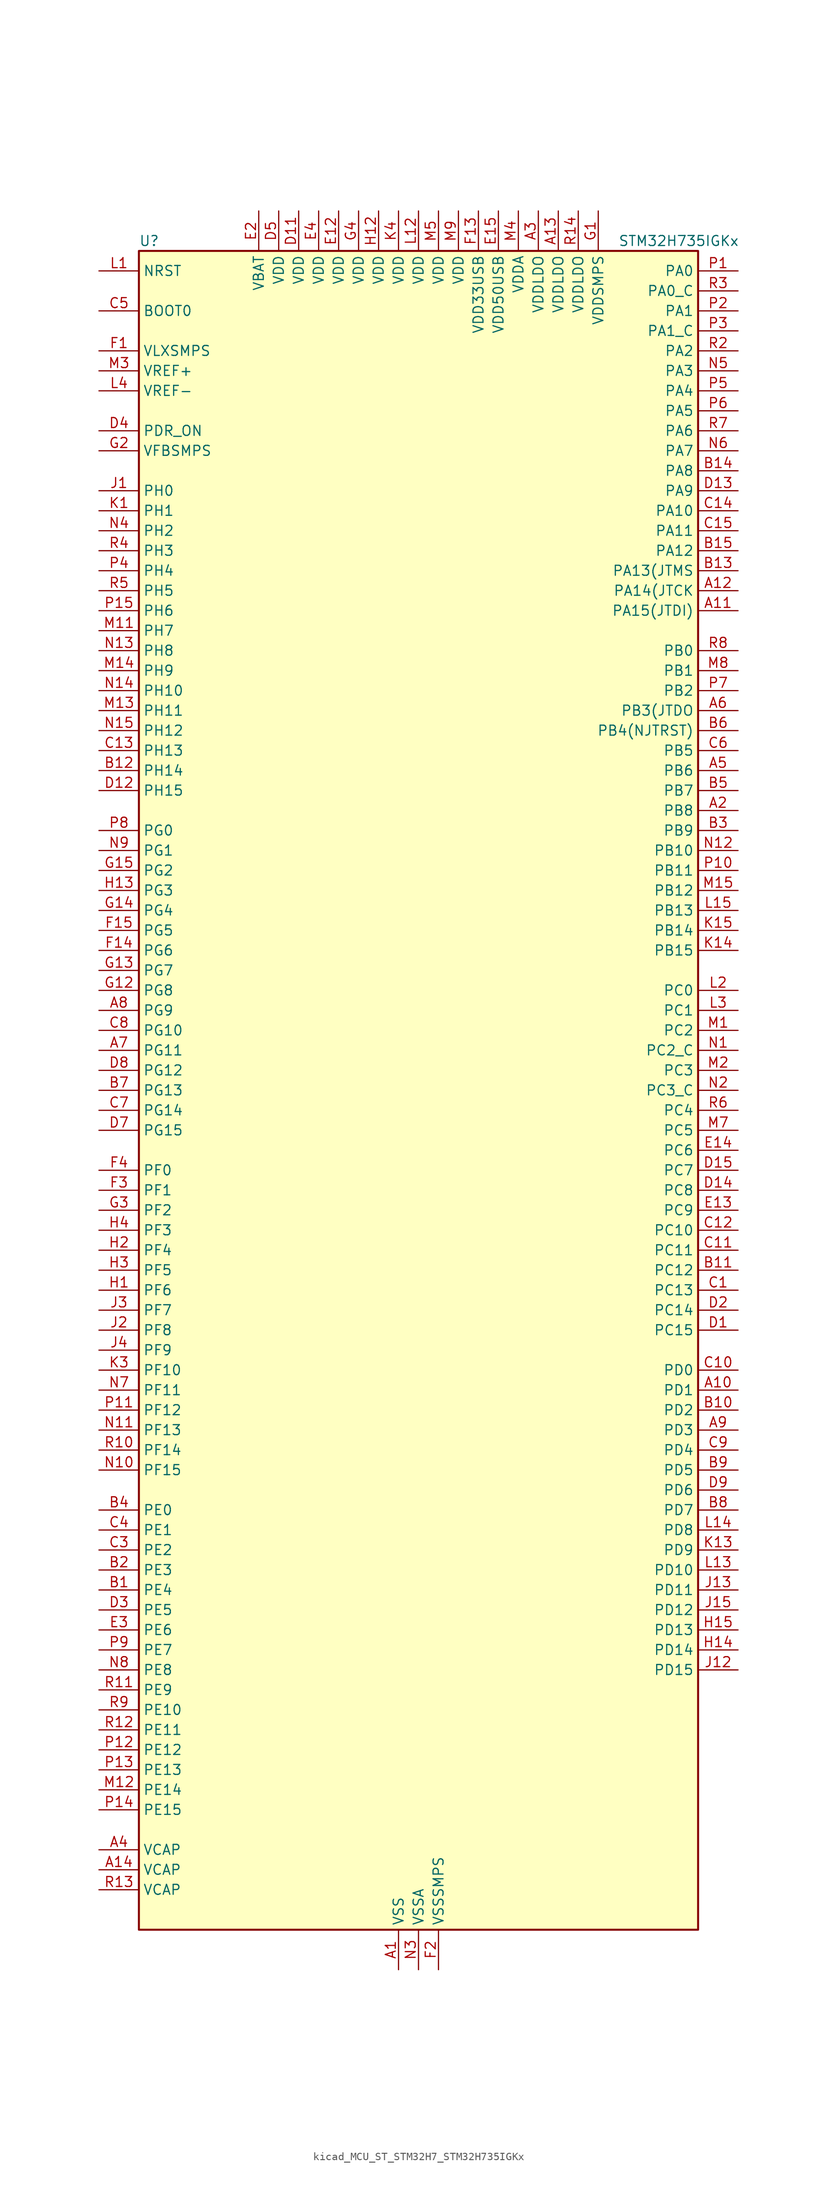
<source format=kicad_sym>
(kicad_symbol_lib
  (version 20220914)
  (generator kicad_symbol_editor)
  (symbol "kicad_MCU_ST_STM32H7_STM32H735IGKx"
    (property "Reference" "U"
      (at -35.56 107.95 0)
      (effects (font (size 1.27 1.27)) (justify left)))
    (property "Value" "STM32H735IGKx"
      (at 25.4 107.95 0)
      (effects (font (size 1.27 1.27)) (justify left)))
    (property "ki_locked" ""
      (at 0 0 0)
      (effects (font (size 1.27 1.27))))
    (symbol "kicad_MCU_ST_STM32H7_STM32H735IGKx_0_1"
      (rectangle (start -35.56 -106.68) (end 35.56 106.68) (stroke (width 0.254) (type default)) (fill (type background))))
    (symbol "kicad_MCU_ST_STM32H7_STM32H735IGKx_1_1"
      (pin power_in line (at -2.54 -111.76 90) (length 5.08) (name "VSS" (effects (font (size 1.27 1.27)))) (number "A1" (effects (font (size 1.27 1.27)))))
      (pin bidirectional line (at 40.64 -38.1 180) (length 5.08) (name "PD1" (effects (font (size 1.27 1.27)))) (number "A10" (effects (font (size 1.27 1.27)))) (alternate "DFSDM1_DATIN6" bidirectional line) (alternate "FDCAN1_TX" bidirectional line) (alternate "FMC_D3" bidirectional line) (alternate "FMC_DA3" bidirectional line) (alternate "UART4_TX" bidirectional line))
      (pin bidirectional line (at 40.64 60.96 180) (length 5.08) (name "PA15(JTDI)" (effects (font (size 1.27 1.27)))) (number "A11" (effects (font (size 1.27 1.27)))) (alternate "ADC1_EXTI15" bidirectional line) (alternate "ADC2_EXTI15" bidirectional line) (alternate "ADC3_EXTI15" bidirectional line) (alternate "CEC" bidirectional line) (alternate "DEBUG_JTDI" bidirectional line) (alternate "I2S1_WS" bidirectional line) (alternate "I2S3_WS" bidirectional line) (alternate "I2S6_WS" bidirectional line) (alternate "LTDC_B6" bidirectional line) (alternate "LTDC_R3" bidirectional line) (alternate "SPI1_NSS" bidirectional line) (alternate "SPI3_NSS" bidirectional line) (alternate "SPI6_NSS" bidirectional line) (alternate "TIM2_CH1" bidirectional line) (alternate "TIM2_ETR" bidirectional line) (alternate "UART4_DE" bidirectional line) (alternate "UART4_RTS" bidirectional line) (alternate "UART7_TX" bidirectional line))
      (pin bidirectional line (at 40.64 63.5 180) (length 5.08) (name "PA14(JTCK" (effects (font (size 1.27 1.27)))) (number "A12" (effects (font (size 1.27 1.27)))) (alternate "DEBUG_JTCK-SWCLK" bidirectional line))
      (pin power_in line (at 17.78 111.76 270) (length 5.08) (name "VDDLDO" (effects (font (size 1.27 1.27)))) (number "A13" (effects (font (size 1.27 1.27)))))
      (pin power_out line (at -40.64 -99.06 0) (length 5.08) (name "VCAP" (effects (font (size 1.27 1.27)))) (number "A14" (effects (font (size 1.27 1.27)))))
      (pin passive line (at -2.54 -111.76 90) (length 5.08) hide (name "VSS" (effects (font (size 1.27 1.27)))) (number "A15" (effects (font (size 1.27 1.27)))))
      (pin bidirectional line (at 40.64 35.56 180) (length 5.08) (name "PB8" (effects (font (size 1.27 1.27)))) (number "A2" (effects (font (size 1.27 1.27)))) (alternate "DCMI_D6" bidirectional line) (alternate "DFSDM1_CKIN7" bidirectional line) (alternate "ETH_TXD3" bidirectional line) (alternate "FDCAN1_RX" bidirectional line) (alternate "I2C1_SCL" bidirectional line) (alternate "I2C4_SCL" bidirectional line) (alternate "LTDC_B6" bidirectional line) (alternate "PSSI_D6" bidirectional line) (alternate "SDMMC1_CKIN" bidirectional line) (alternate "SDMMC1_D4" bidirectional line) (alternate "SDMMC2_D4" bidirectional line) (alternate "TIM16_CH1" bidirectional line) (alternate "TIM4_CH3" bidirectional line) (alternate "UART4_RX" bidirectional line))
      (pin power_in line (at 15.24 111.76 270) (length 5.08) (name "VDDLDO" (effects (font (size 1.27 1.27)))) (number "A3" (effects (font (size 1.27 1.27)))))
      (pin power_out line (at -40.64 -96.52 0) (length 5.08) (name "VCAP" (effects (font (size 1.27 1.27)))) (number "A4" (effects (font (size 1.27 1.27)))))
      (pin bidirectional line (at 40.64 40.64 180) (length 5.08) (name "PB6" (effects (font (size 1.27 1.27)))) (number "A5" (effects (font (size 1.27 1.27)))) (alternate "CEC" bidirectional line) (alternate "DCMI_D5" bidirectional line) (alternate "DFSDM1_DATIN5" bidirectional line) (alternate "FDCAN2_TX" bidirectional line) (alternate "FMC_SDNE1" bidirectional line) (alternate "I2C1_SCL" bidirectional line) (alternate "I2C4_SCL" bidirectional line) (alternate "LPUART1_TX" bidirectional line) (alternate "OCTOSPIM_P1_NCS" bidirectional line) (alternate "PSSI_D5" bidirectional line) (alternate "TIM16_CH1N" bidirectional line) (alternate "TIM4_CH1" bidirectional line) (alternate "UART5_TX" bidirectional line) (alternate "USART1_TX" bidirectional line))
      (pin bidirectional line (at 40.64 48.26 180) (length 5.08) (name "PB3(JTDO" (effects (font (size 1.27 1.27)))) (number "A6" (effects (font (size 1.27 1.27)))) (alternate "CRS_SYNC" bidirectional line) (alternate "DEBUG_JTDO-SWO" bidirectional line) (alternate "I2S1_CK" bidirectional line) (alternate "I2S3_CK" bidirectional line) (alternate "I2S6_CK" bidirectional line) (alternate "SDMMC2_D2" bidirectional line) (alternate "SPI1_SCK" bidirectional line) (alternate "SPI3_SCK" bidirectional line) (alternate "SPI6_SCK" bidirectional line) (alternate "TIM24_ETR" bidirectional line) (alternate "TIM2_CH2" bidirectional line) (alternate "UART7_RX" bidirectional line))
      (pin bidirectional line (at -40.64 5.08 0) (length 5.08) (name "PG11" (effects (font (size 1.27 1.27)))) (number "A7" (effects (font (size 1.27 1.27)))) (alternate "ADC1_EXTI11" bidirectional line) (alternate "ADC2_EXTI11" bidirectional line) (alternate "ADC3_EXTI11" bidirectional line) (alternate "DCMI_D3" bidirectional line) (alternate "ETH_TX_EN" bidirectional line) (alternate "I2S1_CK" bidirectional line) (alternate "LPTIM1_IN2" bidirectional line) (alternate "LTDC_B3" bidirectional line) (alternate "OCTOSPIM_P2_IO7" bidirectional line) (alternate "PSSI_D3" bidirectional line) (alternate "SDMMC2_D2" bidirectional line) (alternate "SPDIFRX1_IN0" bidirectional line) (alternate "SPI1_SCK" bidirectional line) (alternate "USART10_RX" bidirectional line))
      (pin bidirectional line (at -40.64 10.16 0) (length 5.08) (name "PG9" (effects (font (size 1.27 1.27)))) (number "A8" (effects (font (size 1.27 1.27)))) (alternate "DAC1_EXTI9" bidirectional line) (alternate "DCMI_VSYNC" bidirectional line) (alternate "FDCAN3_TX" bidirectional line) (alternate "FMC_NCE" bidirectional line) (alternate "FMC_NE2" bidirectional line) (alternate "I2S1_SDI" bidirectional line) (alternate "OCTOSPIM_P1_IO6" bidirectional line) (alternate "PSSI_RDY" bidirectional line) (alternate "SAI4_FS_B" bidirectional line) (alternate "SDMMC2_D0" bidirectional line) (alternate "SPDIFRX1_IN3" bidirectional line) (alternate "SPI1_MISO" bidirectional line) (alternate "USART6_RX" bidirectional line))
      (pin bidirectional line (at 40.64 -43.18 180) (length 5.08) (name "PD3" (effects (font (size 1.27 1.27)))) (number "A9" (effects (font (size 1.27 1.27)))) (alternate "DCMI_D5" bidirectional line) (alternate "DFSDM1_CKOUT" bidirectional line) (alternate "FMC_CLK" bidirectional line) (alternate "I2S2_CK" bidirectional line) (alternate "LTDC_G7" bidirectional line) (alternate "PSSI_D5" bidirectional line) (alternate "SPI2_SCK" bidirectional line) (alternate "USART2_CTS" bidirectional line) (alternate "USART2_NSS" bidirectional line))
      (pin bidirectional line (at -40.64 -63.5 0) (length 5.08) (name "PE4" (effects (font (size 1.27 1.27)))) (number "B1" (effects (font (size 1.27 1.27)))) (alternate "DCMI_D4" bidirectional line) (alternate "DEBUG_TRACED1" bidirectional line) (alternate "DFSDM1_DATIN3" bidirectional line) (alternate "FMC_A20" bidirectional line) (alternate "LTDC_B0" bidirectional line) (alternate "PSSI_D4" bidirectional line) (alternate "SAI1_D2" bidirectional line) (alternate "SAI1_FS_A" bidirectional line) (alternate "SAI4_D2" bidirectional line) (alternate "SAI4_FS_A" bidirectional line) (alternate "SPI4_NSS" bidirectional line) (alternate "TIM15_CH1N" bidirectional line))
      (pin bidirectional line (at 40.64 -40.64 180) (length 5.08) (name "PD2" (effects (font (size 1.27 1.27)))) (number "B10" (effects (font (size 1.27 1.27)))) (alternate "DCMI_D11" bidirectional line) (alternate "DEBUG_TRACED2" bidirectional line) (alternate "FMC_D7" bidirectional line) (alternate "FMC_DA7" bidirectional line) (alternate "LTDC_B2" bidirectional line) (alternate "LTDC_B7" bidirectional line) (alternate "PSSI_D11" bidirectional line) (alternate "SDMMC1_CMD" bidirectional line) (alternate "TIM15_BKIN" bidirectional line) (alternate "TIM3_ETR" bidirectional line) (alternate "UART5_RX" bidirectional line))
      (pin bidirectional line (at 40.64 -22.86 180) (length 5.08) (name "PC12" (effects (font (size 1.27 1.27)))) (number "B11" (effects (font (size 1.27 1.27)))) (alternate "DCMI_D9" bidirectional line) (alternate "DEBUG_TRACED3" bidirectional line) (alternate "FMC_D6" bidirectional line) (alternate "FMC_DA6" bidirectional line) (alternate "I2C5_SMBA" bidirectional line) (alternate "I2S3_SDO" bidirectional line) (alternate "I2S6_CK" bidirectional line) (alternate "LTDC_R6" bidirectional line) (alternate "PSSI_D9" bidirectional line) (alternate "SDMMC1_CK" bidirectional line) (alternate "SPI3_MOSI" bidirectional line) (alternate "SPI6_SCK" bidirectional line) (alternate "TIM15_CH1" bidirectional line) (alternate "UART5_TX" bidirectional line) (alternate "USART3_CK" bidirectional line))
      (pin bidirectional line (at -40.64 40.64 0) (length 5.08) (name "PH14" (effects (font (size 1.27 1.27)))) (number "B12" (effects (font (size 1.27 1.27)))) (alternate "DCMI_D4" bidirectional line) (alternate "FDCAN1_RX" bidirectional line) (alternate "FMC_D22" bidirectional line) (alternate "LTDC_G3" bidirectional line) (alternate "PSSI_D4" bidirectional line) (alternate "TIM8_CH2N" bidirectional line) (alternate "UART4_RX" bidirectional line))
      (pin bidirectional line (at 40.64 66.04 180) (length 5.08) (name "PA13(JTMS" (effects (font (size 1.27 1.27)))) (number "B13" (effects (font (size 1.27 1.27)))) (alternate "DEBUG_JTMS-SWDIO" bidirectional line))
      (pin bidirectional line (at 40.64 78.74 180) (length 5.08) (name "PA8" (effects (font (size 1.27 1.27)))) (number "B14" (effects (font (size 1.27 1.27)))) (alternate "I2C3_SCL" bidirectional line) (alternate "I2C5_SCL" bidirectional line) (alternate "LTDC_B3" bidirectional line) (alternate "LTDC_R6" bidirectional line) (alternate "RCC_MCO_1" bidirectional line) (alternate "TIM1_CH1" bidirectional line) (alternate "TIM8_BKIN2" bidirectional line) (alternate "TIM8_BKIN2_COMP1" bidirectional line) (alternate "TIM8_BKIN2_COMP2" bidirectional line) (alternate "UART7_RX" bidirectional line) (alternate "USART1_CK" bidirectional line) (alternate "USB_OTG_HS_SOF" bidirectional line))
      (pin bidirectional line (at 40.64 68.58 180) (length 5.08) (name "PA12" (effects (font (size 1.27 1.27)))) (number "B15" (effects (font (size 1.27 1.27)))) (alternate "FDCAN1_TX" bidirectional line) (alternate "I2S2_CK" bidirectional line) (alternate "LPUART1_DE" bidirectional line) (alternate "LPUART1_RTS" bidirectional line) (alternate "LTDC_R5" bidirectional line) (alternate "SAI4_FS_B" bidirectional line) (alternate "SPI2_SCK" bidirectional line) (alternate "TIM1_BKIN2" bidirectional line) (alternate "TIM1_ETR" bidirectional line) (alternate "UART4_TX" bidirectional line) (alternate "USART1_DE" bidirectional line) (alternate "USART1_RTS" bidirectional line) (alternate "USB_OTG_HS_DP" bidirectional line))
      (pin bidirectional line (at -40.64 -60.96 0) (length 5.08) (name "PE3" (effects (font (size 1.27 1.27)))) (number "B2" (effects (font (size 1.27 1.27)))) (alternate "DEBUG_TRACED0" bidirectional line) (alternate "FMC_A19" bidirectional line) (alternate "SAI1_SD_B" bidirectional line) (alternate "SAI4_SD_B" bidirectional line) (alternate "TIM15_BKIN" bidirectional line) (alternate "USART10_TX" bidirectional line))
      (pin bidirectional line (at 40.64 33.02 180) (length 5.08) (name "PB9" (effects (font (size 1.27 1.27)))) (number "B3" (effects (font (size 1.27 1.27)))) (alternate "DAC1_EXTI9" bidirectional line) (alternate "DCMI_D7" bidirectional line) (alternate "DFSDM1_DATIN7" bidirectional line) (alternate "FDCAN1_TX" bidirectional line) (alternate "I2C1_SDA" bidirectional line) (alternate "I2C4_SDA" bidirectional line) (alternate "I2C4_SMBA" bidirectional line) (alternate "I2S2_WS" bidirectional line) (alternate "LTDC_B7" bidirectional line) (alternate "PSSI_D7" bidirectional line) (alternate "SDMMC1_CDIR" bidirectional line) (alternate "SDMMC1_D5" bidirectional line) (alternate "SDMMC2_D5" bidirectional line) (alternate "SPI2_NSS" bidirectional line) (alternate "TIM17_CH1" bidirectional line) (alternate "TIM4_CH4" bidirectional line) (alternate "UART4_TX" bidirectional line))
      (pin bidirectional line (at -40.64 -53.34 0) (length 5.08) (name "PE0" (effects (font (size 1.27 1.27)))) (number "B4" (effects (font (size 1.27 1.27)))) (alternate "DCMI_D2" bidirectional line) (alternate "FMC_NBL0" bidirectional line) (alternate "LPTIM1_ETR" bidirectional line) (alternate "LPTIM2_ETR" bidirectional line) (alternate "LTDC_R0" bidirectional line) (alternate "PSSI_D2" bidirectional line) (alternate "SAI4_MCLK_A" bidirectional line) (alternate "TIM4_ETR" bidirectional line) (alternate "UART8_RX" bidirectional line))
      (pin bidirectional line (at 40.64 38.1 180) (length 5.08) (name "PB7" (effects (font (size 1.27 1.27)))) (number "B5" (effects (font (size 1.27 1.27)))) (alternate "DCMI_VSYNC" bidirectional line) (alternate "DFSDM1_CKIN5" bidirectional line) (alternate "FMC_NL" bidirectional line) (alternate "I2C1_SDA" bidirectional line) (alternate "I2C4_SDA" bidirectional line) (alternate "LPUART1_RX" bidirectional line) (alternate "PSSI_RDY" bidirectional line) (alternate "PWR_PVD_IN" bidirectional line) (alternate "TIM17_CH1N" bidirectional line) (alternate "TIM4_CH2" bidirectional line) (alternate "USART1_RX" bidirectional line))
      (pin bidirectional line (at 40.64 45.72 180) (length 5.08) (name "PB4(NJTRST)" (effects (font (size 1.27 1.27)))) (number "B6" (effects (font (size 1.27 1.27)))) (alternate "DEBUG_JTRST" bidirectional line) (alternate "I2S1_SDI" bidirectional line) (alternate "I2S2_WS" bidirectional line) (alternate "I2S3_SDI" bidirectional line) (alternate "I2S6_SDI" bidirectional line) (alternate "SDMMC2_D3" bidirectional line) (alternate "SPI1_MISO" bidirectional line) (alternate "SPI2_NSS" bidirectional line) (alternate "SPI3_MISO" bidirectional line) (alternate "SPI6_MISO" bidirectional line) (alternate "TIM16_BKIN" bidirectional line) (alternate "TIM3_CH1" bidirectional line) (alternate "UART7_TX" bidirectional line))
      (pin bidirectional line (at -40.64 0 0) (length 5.08) (name "PG13" (effects (font (size 1.27 1.27)))) (number "B7" (effects (font (size 1.27 1.27)))) (alternate "DEBUG_TRACED0" bidirectional line) (alternate "ETH_TXD0" bidirectional line) (alternate "FMC_A24" bidirectional line) (alternate "I2S6_CK" bidirectional line) (alternate "LPTIM1_OUT" bidirectional line) (alternate "LTDC_R0" bidirectional line) (alternate "SDMMC2_D6" bidirectional line) (alternate "SPI6_SCK" bidirectional line) (alternate "TIM23_CH2" bidirectional line) (alternate "USART10_CTS" bidirectional line) (alternate "USART10_NSS" bidirectional line) (alternate "USART6_CTS" bidirectional line) (alternate "USART6_NSS" bidirectional line))
      (pin bidirectional line (at 40.64 -53.34 180) (length 5.08) (name "PD7" (effects (font (size 1.27 1.27)))) (number "B8" (effects (font (size 1.27 1.27)))) (alternate "DFSDM1_CKIN1" bidirectional line) (alternate "DFSDM1_DATIN4" bidirectional line) (alternate "FMC_NE1" bidirectional line) (alternate "I2S1_SDO" bidirectional line) (alternate "OCTOSPIM_P1_IO7" bidirectional line) (alternate "SDMMC2_CMD" bidirectional line) (alternate "SPDIFRX1_IN0" bidirectional line) (alternate "SPI1_MOSI" bidirectional line) (alternate "USART2_CK" bidirectional line))
      (pin bidirectional line (at 40.64 -48.26 180) (length 5.08) (name "PD5" (effects (font (size 1.27 1.27)))) (number "B9" (effects (font (size 1.27 1.27)))) (alternate "FMC_NWE" bidirectional line) (alternate "OCTOSPIM_P1_IO5" bidirectional line) (alternate "USART2_TX" bidirectional line))
      (pin bidirectional line (at 40.64 -25.4 180) (length 5.08) (name "PC13" (effects (font (size 1.27 1.27)))) (number "C1" (effects (font (size 1.27 1.27)))) (alternate "PWR_WKUP4" bidirectional line) (alternate "RTC_OUT_ALARM" bidirectional line) (alternate "RTC_OUT_CALIB" bidirectional line) (alternate "RTC_TAMP1" bidirectional line) (alternate "RTC_TS" bidirectional line))
      (pin bidirectional line (at 40.64 -35.56 180) (length 5.08) (name "PD0" (effects (font (size 1.27 1.27)))) (number "C10" (effects (font (size 1.27 1.27)))) (alternate "DFSDM1_CKIN6" bidirectional line) (alternate "FDCAN1_RX" bidirectional line) (alternate "FMC_D2" bidirectional line) (alternate "FMC_DA2" bidirectional line) (alternate "LTDC_B1" bidirectional line) (alternate "UART4_RX" bidirectional line) (alternate "UART9_CTS" bidirectional line))
      (pin bidirectional line (at 40.64 -20.32 180) (length 5.08) (name "PC11" (effects (font (size 1.27 1.27)))) (number "C11" (effects (font (size 1.27 1.27)))) (alternate "ADC1_EXTI11" bidirectional line) (alternate "ADC2_EXTI11" bidirectional line) (alternate "ADC3_EXTI11" bidirectional line) (alternate "DCMI_D4" bidirectional line) (alternate "DFSDM1_DATIN5" bidirectional line) (alternate "I2C5_SCL" bidirectional line) (alternate "I2S3_SDI" bidirectional line) (alternate "LTDC_B4" bidirectional line) (alternate "OCTOSPIM_P1_NCS" bidirectional line) (alternate "PSSI_D4" bidirectional line) (alternate "SDMMC1_D3" bidirectional line) (alternate "SPI3_MISO" bidirectional line) (alternate "UART4_RX" bidirectional line) (alternate "USART3_RX" bidirectional line))
      (pin bidirectional line (at 40.64 -17.78 180) (length 5.08) (name "PC10" (effects (font (size 1.27 1.27)))) (number "C12" (effects (font (size 1.27 1.27)))) (alternate "DCMI_D8" bidirectional line) (alternate "DFSDM1_CKIN5" bidirectional line) (alternate "I2C5_SDA" bidirectional line) (alternate "I2S3_CK" bidirectional line) (alternate "LTDC_B1" bidirectional line) (alternate "LTDC_R2" bidirectional line) (alternate "OCTOSPIM_P1_IO1" bidirectional line) (alternate "PSSI_D8" bidirectional line) (alternate "SDMMC1_D2" bidirectional line) (alternate "SPI3_SCK" bidirectional line) (alternate "SWPMI1_RX" bidirectional line) (alternate "UART4_TX" bidirectional line) (alternate "USART3_TX" bidirectional line))
      (pin bidirectional line (at -40.64 43.18 0) (length 5.08) (name "PH13" (effects (font (size 1.27 1.27)))) (number "C13" (effects (font (size 1.27 1.27)))) (alternate "FDCAN1_TX" bidirectional line) (alternate "FMC_D21" bidirectional line) (alternate "LTDC_G2" bidirectional line) (alternate "TIM8_CH1N" bidirectional line) (alternate "UART4_TX" bidirectional line))
      (pin bidirectional line (at 40.64 73.66 180) (length 5.08) (name "PA10" (effects (font (size 1.27 1.27)))) (number "C14" (effects (font (size 1.27 1.27)))) (alternate "DCMI_D1" bidirectional line) (alternate "LPUART1_RX" bidirectional line) (alternate "LTDC_B1" bidirectional line) (alternate "LTDC_B4" bidirectional line) (alternate "MDIOS_MDIO" bidirectional line) (alternate "PSSI_D1" bidirectional line) (alternate "TIM1_CH3" bidirectional line) (alternate "USART1_RX" bidirectional line) (alternate "USB_OTG_HS_ID" bidirectional line))
      (pin bidirectional line (at 40.64 71.12 180) (length 5.08) (name "PA11" (effects (font (size 1.27 1.27)))) (number "C15" (effects (font (size 1.27 1.27)))) (alternate "ADC1_EXTI11" bidirectional line) (alternate "ADC2_EXTI11" bidirectional line) (alternate "ADC3_EXTI11" bidirectional line) (alternate "FDCAN1_RX" bidirectional line) (alternate "I2S2_WS" bidirectional line) (alternate "LPUART1_CTS" bidirectional line) (alternate "LTDC_R4" bidirectional line) (alternate "SPI2_NSS" bidirectional line) (alternate "TIM1_CH4" bidirectional line) (alternate "UART4_RX" bidirectional line) (alternate "USART1_CTS" bidirectional line) (alternate "USART1_NSS" bidirectional line) (alternate "USB_OTG_HS_DM" bidirectional line))
      (pin passive line (at -2.54 -111.76 90) (length 5.08) hide (name "VSS" (effects (font (size 1.27 1.27)))) (number "C2" (effects (font (size 1.27 1.27)))))
      (pin bidirectional line (at -40.64 -58.42 0) (length 5.08) (name "PE2" (effects (font (size 1.27 1.27)))) (number "C3" (effects (font (size 1.27 1.27)))) (alternate "DEBUG_TRACECLK" bidirectional line) (alternate "ETH_TXD3" bidirectional line) (alternate "FMC_A23" bidirectional line) (alternate "OCTOSPIM_P1_IO2" bidirectional line) (alternate "SAI1_CK1" bidirectional line) (alternate "SAI1_MCLK_A" bidirectional line) (alternate "SAI4_CK1" bidirectional line) (alternate "SAI4_MCLK_A" bidirectional line) (alternate "SPI4_SCK" bidirectional line) (alternate "USART10_RX" bidirectional line))
      (pin bidirectional line (at -40.64 -55.88 0) (length 5.08) (name "PE1" (effects (font (size 1.27 1.27)))) (number "C4" (effects (font (size 1.27 1.27)))) (alternate "DCMI_D3" bidirectional line) (alternate "FMC_NBL1" bidirectional line) (alternate "LPTIM1_IN2" bidirectional line) (alternate "LTDC_R6" bidirectional line) (alternate "PSSI_D3" bidirectional line) (alternate "UART8_TX" bidirectional line))
      (pin input line (at -40.64 99.06 0) (length 5.08) (name "BOOT0" (effects (font (size 1.27 1.27)))) (number "C5" (effects (font (size 1.27 1.27)))))
      (pin bidirectional line (at 40.64 43.18 180) (length 5.08) (name "PB5" (effects (font (size 1.27 1.27)))) (number "C6" (effects (font (size 1.27 1.27)))) (alternate "DCMI_D10" bidirectional line) (alternate "ETH_PPS_OUT" bidirectional line) (alternate "FDCAN2_RX" bidirectional line) (alternate "FMC_SDCKE1" bidirectional line) (alternate "I2C1_SMBA" bidirectional line) (alternate "I2C4_SMBA" bidirectional line) (alternate "I2S1_SDO" bidirectional line) (alternate "I2S3_SDO" bidirectional line) (alternate "I2S6_SDO" bidirectional line) (alternate "LTDC_B5" bidirectional line) (alternate "PSSI_D10" bidirectional line) (alternate "SPI1_MOSI" bidirectional line) (alternate "SPI3_MOSI" bidirectional line) (alternate "SPI6_MOSI" bidirectional line) (alternate "TIM17_BKIN" bidirectional line) (alternate "TIM3_CH2" bidirectional line) (alternate "UART5_RX" bidirectional line) (alternate "USB_OTG_HS_ULPI_D7" bidirectional line))
      (pin bidirectional line (at -40.64 -2.54 0) (length 5.08) (name "PG14" (effects (font (size 1.27 1.27)))) (number "C7" (effects (font (size 1.27 1.27)))) (alternate "DEBUG_TRACED1" bidirectional line) (alternate "ETH_TXD1" bidirectional line) (alternate "FMC_A25" bidirectional line) (alternate "I2S6_SDO" bidirectional line) (alternate "LPTIM1_ETR" bidirectional line) (alternate "LTDC_B0" bidirectional line) (alternate "OCTOSPIM_P1_IO7" bidirectional line) (alternate "SDMMC2_D7" bidirectional line) (alternate "SPI6_MOSI" bidirectional line) (alternate "TIM23_CH3" bidirectional line) (alternate "USART10_DE" bidirectional line) (alternate "USART10_RTS" bidirectional line) (alternate "USART6_TX" bidirectional line))
      (pin bidirectional line (at -40.64 7.62 0) (length 5.08) (name "PG10" (effects (font (size 1.27 1.27)))) (number "C8" (effects (font (size 1.27 1.27)))) (alternate "DCMI_D2" bidirectional line) (alternate "FDCAN3_RX" bidirectional line) (alternate "FMC_NE3" bidirectional line) (alternate "I2S1_WS" bidirectional line) (alternate "LTDC_B2" bidirectional line) (alternate "LTDC_G3" bidirectional line) (alternate "OCTOSPIM_P2_IO6" bidirectional line) (alternate "PSSI_D2" bidirectional line) (alternate "SAI4_SD_B" bidirectional line) (alternate "SDMMC2_D1" bidirectional line) (alternate "SPI1_NSS" bidirectional line))
      (pin bidirectional line (at 40.64 -45.72 180) (length 5.08) (name "PD4" (effects (font (size 1.27 1.27)))) (number "C9" (effects (font (size 1.27 1.27)))) (alternate "FMC_NOE" bidirectional line) (alternate "OCTOSPIM_P1_IO4" bidirectional line) (alternate "USART2_DE" bidirectional line) (alternate "USART2_RTS" bidirectional line))
      (pin bidirectional line (at 40.64 -30.48 180) (length 5.08) (name "PC15" (effects (font (size 1.27 1.27)))) (number "D1" (effects (font (size 1.27 1.27)))) (alternate "ADC1_EXTI15" bidirectional line) (alternate "ADC2_EXTI15" bidirectional line) (alternate "ADC3_EXTI15" bidirectional line) (alternate "RCC_OSC32_OUT" bidirectional line))
      (pin passive line (at -2.54 -111.76 90) (length 5.08) hide (name "VSS" (effects (font (size 1.27 1.27)))) (number "D10" (effects (font (size 1.27 1.27)))))
      (pin power_in line (at -15.24 111.76 270) (length 5.08) (name "VDD" (effects (font (size 1.27 1.27)))) (number "D11" (effects (font (size 1.27 1.27)))))
      (pin bidirectional line (at -40.64 38.1 0) (length 5.08) (name "PH15" (effects (font (size 1.27 1.27)))) (number "D12" (effects (font (size 1.27 1.27)))) (alternate "ADC1_EXTI15" bidirectional line) (alternate "ADC2_EXTI15" bidirectional line) (alternate "ADC3_EXTI15" bidirectional line) (alternate "DCMI_D11" bidirectional line) (alternate "FMC_D23" bidirectional line) (alternate "LTDC_G4" bidirectional line) (alternate "PSSI_D11" bidirectional line) (alternate "TIM8_CH3N" bidirectional line))
      (pin bidirectional line (at 40.64 76.2 180) (length 5.08) (name "PA9" (effects (font (size 1.27 1.27)))) (number "D13" (effects (font (size 1.27 1.27)))) (alternate "DAC1_EXTI9" bidirectional line) (alternate "DCMI_D0" bidirectional line) (alternate "ETH_TX_ER" bidirectional line) (alternate "I2C3_SMBA" bidirectional line) (alternate "I2C5_SMBA" bidirectional line) (alternate "I2S2_CK" bidirectional line) (alternate "LPUART1_TX" bidirectional line) (alternate "LTDC_R5" bidirectional line) (alternate "PSSI_D0" bidirectional line) (alternate "SPI2_SCK" bidirectional line) (alternate "TIM1_CH2" bidirectional line) (alternate "USART1_TX" bidirectional line) (alternate "USB_OTG_HS_VBUS" bidirectional line))
      (pin bidirectional line (at 40.64 -12.7 180) (length 5.08) (name "PC8" (effects (font (size 1.27 1.27)))) (number "D14" (effects (font (size 1.27 1.27)))) (alternate "DCMI_D2" bidirectional line) (alternate "DEBUG_TRACED1" bidirectional line) (alternate "FMC_INT" bidirectional line) (alternate "FMC_NCE" bidirectional line) (alternate "FMC_NE2" bidirectional line) (alternate "PSSI_D2" bidirectional line) (alternate "SDMMC1_D0" bidirectional line) (alternate "SWPMI1_RX" bidirectional line) (alternate "TIM3_CH3" bidirectional line) (alternate "TIM8_CH3" bidirectional line) (alternate "UART5_DE" bidirectional line) (alternate "UART5_RTS" bidirectional line) (alternate "USART6_CK" bidirectional line))
      (pin bidirectional line (at 40.64 -10.16 180) (length 5.08) (name "PC7" (effects (font (size 1.27 1.27)))) (number "D15" (effects (font (size 1.27 1.27)))) (alternate "DCMI_D1" bidirectional line) (alternate "DEBUG_TRGIO" bidirectional line) (alternate "DFSDM1_DATIN3" bidirectional line) (alternate "FMC_NE1" bidirectional line) (alternate "I2S3_MCK" bidirectional line) (alternate "LTDC_G6" bidirectional line) (alternate "PSSI_D1" bidirectional line) (alternate "SDMMC1_D123DIR" bidirectional line) (alternate "SDMMC1_D7" bidirectional line) (alternate "SDMMC2_D7" bidirectional line) (alternate "SWPMI1_TX" bidirectional line) (alternate "TIM3_CH2" bidirectional line) (alternate "TIM8_CH2" bidirectional line) (alternate "USART6_RX" bidirectional line))
      (pin bidirectional line (at 40.64 -27.94 180) (length 5.08) (name "PC14" (effects (font (size 1.27 1.27)))) (number "D2" (effects (font (size 1.27 1.27)))) (alternate "RCC_OSC32_IN" bidirectional line))
      (pin bidirectional line (at -40.64 -66.04 0) (length 5.08) (name "PE5" (effects (font (size 1.27 1.27)))) (number "D3" (effects (font (size 1.27 1.27)))) (alternate "DCMI_D6" bidirectional line) (alternate "DEBUG_TRACED2" bidirectional line) (alternate "DFSDM1_CKIN3" bidirectional line) (alternate "FMC_A21" bidirectional line) (alternate "LTDC_G0" bidirectional line) (alternate "PSSI_D6" bidirectional line) (alternate "SAI1_CK2" bidirectional line) (alternate "SAI1_SCK_A" bidirectional line) (alternate "SAI4_CK2" bidirectional line) (alternate "SAI4_SCK_A" bidirectional line) (alternate "SPI4_MISO" bidirectional line) (alternate "TIM15_CH1" bidirectional line))
      (pin input line (at -40.64 83.82 0) (length 5.08) (name "PDR_ON" (effects (font (size 1.27 1.27)))) (number "D4" (effects (font (size 1.27 1.27)))))
      (pin power_in line (at -17.78 111.76 270) (length 5.08) (name "VDD" (effects (font (size 1.27 1.27)))) (number "D5" (effects (font (size 1.27 1.27)))))
      (pin passive line (at -2.54 -111.76 90) (length 5.08) hide (name "VSS" (effects (font (size 1.27 1.27)))) (number "D6" (effects (font (size 1.27 1.27)))))
      (pin bidirectional line (at -40.64 -5.08 0) (length 5.08) (name "PG15" (effects (font (size 1.27 1.27)))) (number "D7" (effects (font (size 1.27 1.27)))) (alternate "ADC1_EXTI15" bidirectional line) (alternate "ADC2_EXTI15" bidirectional line) (alternate "ADC3_EXTI15" bidirectional line) (alternate "DCMI_D13" bidirectional line) (alternate "FMC_SDNCAS" bidirectional line) (alternate "OCTOSPIM_P2_DQS" bidirectional line) (alternate "PSSI_D13" bidirectional line) (alternate "USART10_CK" bidirectional line) (alternate "USART6_CTS" bidirectional line) (alternate "USART6_NSS" bidirectional line))
      (pin bidirectional line (at -40.64 2.54 0) (length 5.08) (name "PG12" (effects (font (size 1.27 1.27)))) (number "D8" (effects (font (size 1.27 1.27)))) (alternate "ETH_TXD1" bidirectional line) (alternate "FMC_NE4" bidirectional line) (alternate "I2S6_SDI" bidirectional line) (alternate "LPTIM1_IN1" bidirectional line) (alternate "LTDC_B1" bidirectional line) (alternate "LTDC_B4" bidirectional line) (alternate "OCTOSPIM_P2_NCS" bidirectional line) (alternate "SDMMC2_D3" bidirectional line) (alternate "SPDIFRX1_IN1" bidirectional line) (alternate "SPI6_MISO" bidirectional line) (alternate "TIM23_CH1" bidirectional line) (alternate "USART10_TX" bidirectional line) (alternate "USART6_DE" bidirectional line) (alternate "USART6_RTS" bidirectional line))
      (pin bidirectional line (at 40.64 -50.8 180) (length 5.08) (name "PD6" (effects (font (size 1.27 1.27)))) (number "D9" (effects (font (size 1.27 1.27)))) (alternate "DCMI_D10" bidirectional line) (alternate "DFSDM1_CKIN4" bidirectional line) (alternate "DFSDM1_DATIN1" bidirectional line) (alternate "FMC_NWAIT" bidirectional line) (alternate "I2S3_SDO" bidirectional line) (alternate "LTDC_B2" bidirectional line) (alternate "OCTOSPIM_P1_IO6" bidirectional line) (alternate "PSSI_D10" bidirectional line) (alternate "SAI1_D1" bidirectional line) (alternate "SAI1_SD_A" bidirectional line) (alternate "SAI4_D1" bidirectional line) (alternate "SAI4_SD_A" bidirectional line) (alternate "SDMMC2_CK" bidirectional line) (alternate "SPI3_MOSI" bidirectional line) (alternate "USART2_RX" bidirectional line))
      (pin passive line (at -2.54 -111.76 90) (length 5.08) hide (name "VSS" (effects (font (size 1.27 1.27)))) (number "E1" (effects (font (size 1.27 1.27)))))
      (pin power_in line (at -10.16 111.76 270) (length 5.08) (name "VDD" (effects (font (size 1.27 1.27)))) (number "E12" (effects (font (size 1.27 1.27)))))
      (pin bidirectional line (at 40.64 -15.24 180) (length 5.08) (name "PC9" (effects (font (size 1.27 1.27)))) (number "E13" (effects (font (size 1.27 1.27)))) (alternate "DAC1_EXTI9" bidirectional line) (alternate "DCMI_D3" bidirectional line) (alternate "I2C3_SDA" bidirectional line) (alternate "I2C5_SDA" bidirectional line) (alternate "I2S_CKIN" bidirectional line) (alternate "LTDC_B2" bidirectional line) (alternate "LTDC_G3" bidirectional line) (alternate "OCTOSPIM_P1_IO0" bidirectional line) (alternate "PSSI_D3" bidirectional line) (alternate "RCC_MCO_2" bidirectional line) (alternate "SDMMC1_D1" bidirectional line) (alternate "SWPMI1_SUSPEND" bidirectional line) (alternate "TIM3_CH4" bidirectional line) (alternate "TIM8_CH4" bidirectional line) (alternate "UART5_CTS" bidirectional line))
      (pin bidirectional line (at 40.64 -7.62 180) (length 5.08) (name "PC6" (effects (font (size 1.27 1.27)))) (number "E14" (effects (font (size 1.27 1.27)))) (alternate "DCMI_D0" bidirectional line) (alternate "DFSDM1_CKIN3" bidirectional line) (alternate "FMC_NWAIT" bidirectional line) (alternate "I2S2_MCK" bidirectional line) (alternate "LTDC_HSYNC" bidirectional line) (alternate "PSSI_D0" bidirectional line) (alternate "SDMMC1_D0DIR" bidirectional line) (alternate "SDMMC1_D6" bidirectional line) (alternate "SDMMC2_D6" bidirectional line) (alternate "SWPMI1_IO" bidirectional line) (alternate "TIM3_CH1" bidirectional line) (alternate "TIM8_CH1" bidirectional line) (alternate "USART6_TX" bidirectional line))
      (pin power_in line (at 10.16 111.76 270) (length 5.08) (name "VDD50USB" (effects (font (size 1.27 1.27)))) (number "E15" (effects (font (size 1.27 1.27)))))
      (pin power_in line (at -20.32 111.76 270) (length 5.08) (name "VBAT" (effects (font (size 1.27 1.27)))) (number "E2" (effects (font (size 1.27 1.27)))))
      (pin bidirectional line (at -40.64 -68.58 0) (length 5.08) (name "PE6" (effects (font (size 1.27 1.27)))) (number "E3" (effects (font (size 1.27 1.27)))) (alternate "DCMI_D7" bidirectional line) (alternate "DEBUG_TRACED3" bidirectional line) (alternate "FMC_A22" bidirectional line) (alternate "LTDC_G1" bidirectional line) (alternate "PSSI_D7" bidirectional line) (alternate "SAI1_D1" bidirectional line) (alternate "SAI1_SD_A" bidirectional line) (alternate "SAI4_D1" bidirectional line) (alternate "SAI4_MCLK_B" bidirectional line) (alternate "SAI4_SD_A" bidirectional line) (alternate "SPI4_MOSI" bidirectional line) (alternate "TIM15_CH2" bidirectional line) (alternate "TIM1_BKIN2" bidirectional line) (alternate "TIM1_BKIN2_COMP1" bidirectional line) (alternate "TIM1_BKIN2_COMP2" bidirectional line))
      (pin power_in line (at -12.7 111.76 270) (length 5.08) (name "VDD" (effects (font (size 1.27 1.27)))) (number "E4" (effects (font (size 1.27 1.27)))))
      (pin power_in line (at -40.64 93.98 0) (length 5.08) (name "VLXSMPS" (effects (font (size 1.27 1.27)))) (number "F1" (effects (font (size 1.27 1.27)))))
      (pin passive line (at -2.54 -111.76 90) (length 5.08) hide (name "VSS" (effects (font (size 1.27 1.27)))) (number "F10" (effects (font (size 1.27 1.27)))))
      (pin passive line (at -2.54 -111.76 90) (length 5.08) hide (name "VSS" (effects (font (size 1.27 1.27)))) (number "F12" (effects (font (size 1.27 1.27)))))
      (pin power_in line (at 7.62 111.76 270) (length 5.08) (name "VDD33USB" (effects (font (size 1.27 1.27)))) (number "F13" (effects (font (size 1.27 1.27)))))
      (pin bidirectional line (at -40.64 17.78 0) (length 5.08) (name "PG6" (effects (font (size 1.27 1.27)))) (number "F14" (effects (font (size 1.27 1.27)))) (alternate "DCMI_D12" bidirectional line) (alternate "FMC_NE3" bidirectional line) (alternate "LTDC_R7" bidirectional line) (alternate "OCTOSPIM_P1_NCS" bidirectional line) (alternate "PSSI_D12" bidirectional line) (alternate "TIM17_BKIN" bidirectional line))
      (pin bidirectional line (at -40.64 20.32 0) (length 5.08) (name "PG5" (effects (font (size 1.27 1.27)))) (number "F15" (effects (font (size 1.27 1.27)))) (alternate "FMC_A15" bidirectional line) (alternate "FMC_BA1" bidirectional line) (alternate "TIM1_ETR" bidirectional line))
      (pin power_in line (at 2.54 -111.76 90) (length 5.08) (name "VSSSMPS" (effects (font (size 1.27 1.27)))) (number "F2" (effects (font (size 1.27 1.27)))))
      (pin bidirectional line (at -40.64 -12.7 0) (length 5.08) (name "PF1" (effects (font (size 1.27 1.27)))) (number "F3" (effects (font (size 1.27 1.27)))) (alternate "FMC_A1" bidirectional line) (alternate "I2C2_SCL" bidirectional line) (alternate "I2C5_SCL" bidirectional line) (alternate "OCTOSPIM_P2_IO1" bidirectional line) (alternate "TIM23_CH2" bidirectional line))
      (pin bidirectional line (at -40.64 -10.16 0) (length 5.08) (name "PF0" (effects (font (size 1.27 1.27)))) (number "F4" (effects (font (size 1.27 1.27)))) (alternate "FMC_A0" bidirectional line) (alternate "I2C2_SDA" bidirectional line) (alternate "I2C5_SDA" bidirectional line) (alternate "OCTOSPIM_P2_IO0" bidirectional line) (alternate "TIM23_CH1" bidirectional line))
      (pin passive line (at -2.54 -111.76 90) (length 5.08) hide (name "VSS" (effects (font (size 1.27 1.27)))) (number "F6" (effects (font (size 1.27 1.27)))))
      (pin passive line (at -2.54 -111.76 90) (length 5.08) hide (name "VSS" (effects (font (size 1.27 1.27)))) (number "F7" (effects (font (size 1.27 1.27)))))
      (pin passive line (at -2.54 -111.76 90) (length 5.08) hide (name "VSS" (effects (font (size 1.27 1.27)))) (number "F8" (effects (font (size 1.27 1.27)))))
      (pin passive line (at -2.54 -111.76 90) (length 5.08) hide (name "VSS" (effects (font (size 1.27 1.27)))) (number "F9" (effects (font (size 1.27 1.27)))))
      (pin power_in line (at 22.86 111.76 270) (length 5.08) (name "VDDSMPS" (effects (font (size 1.27 1.27)))) (number "G1" (effects (font (size 1.27 1.27)))))
      (pin passive line (at -2.54 -111.76 90) (length 5.08) hide (name "VSS" (effects (font (size 1.27 1.27)))) (number "G10" (effects (font (size 1.27 1.27)))))
      (pin bidirectional line (at -40.64 12.7 0) (length 5.08) (name "PG8" (effects (font (size 1.27 1.27)))) (number "G12" (effects (font (size 1.27 1.27)))) (alternate "ETH_PPS_OUT" bidirectional line) (alternate "FMC_SDCLK" bidirectional line) (alternate "I2S6_WS" bidirectional line) (alternate "LTDC_G7" bidirectional line) (alternate "SPDIFRX1_IN2" bidirectional line) (alternate "SPI6_NSS" bidirectional line) (alternate "TIM8_ETR" bidirectional line) (alternate "USART6_DE" bidirectional line) (alternate "USART6_RTS" bidirectional line))
      (pin bidirectional line (at -40.64 15.24 0) (length 5.08) (name "PG7" (effects (font (size 1.27 1.27)))) (number "G13" (effects (font (size 1.27 1.27)))) (alternate "DCMI_D13" bidirectional line) (alternate "FMC_INT" bidirectional line) (alternate "LTDC_CLK" bidirectional line) (alternate "OCTOSPIM_P2_DQS" bidirectional line) (alternate "PSSI_D13" bidirectional line) (alternate "SAI1_MCLK_A" bidirectional line) (alternate "USART6_CK" bidirectional line))
      (pin bidirectional line (at -40.64 22.86 0) (length 5.08) (name "PG4" (effects (font (size 1.27 1.27)))) (number "G14" (effects (font (size 1.27 1.27)))) (alternate "FMC_A14" bidirectional line) (alternate "FMC_BA0" bidirectional line) (alternate "TIM1_BKIN2" bidirectional line) (alternate "TIM1_BKIN2_COMP1" bidirectional line) (alternate "TIM1_BKIN2_COMP2" bidirectional line))
      (pin bidirectional line (at -40.64 27.94 0) (length 5.08) (name "PG2" (effects (font (size 1.27 1.27)))) (number "G15" (effects (font (size 1.27 1.27)))) (alternate "FMC_A12" bidirectional line) (alternate "TIM24_ETR" bidirectional line) (alternate "TIM8_BKIN" bidirectional line) (alternate "TIM8_BKIN_COMP1" bidirectional line) (alternate "TIM8_BKIN_COMP2" bidirectional line))
      (pin input line (at -40.64 81.28 0) (length 5.08) (name "VFBSMPS" (effects (font (size 1.27 1.27)))) (number "G2" (effects (font (size 1.27 1.27)))))
      (pin bidirectional line (at -40.64 -15.24 0) (length 5.08) (name "PF2" (effects (font (size 1.27 1.27)))) (number "G3" (effects (font (size 1.27 1.27)))) (alternate "FMC_A2" bidirectional line) (alternate "I2C2_SMBA" bidirectional line) (alternate "I2C5_SMBA" bidirectional line) (alternate "OCTOSPIM_P2_IO2" bidirectional line) (alternate "TIM23_CH3" bidirectional line))
      (pin power_in line (at -7.62 111.76 270) (length 5.08) (name "VDD" (effects (font (size 1.27 1.27)))) (number "G4" (effects (font (size 1.27 1.27)))))
      (pin passive line (at -2.54 -111.76 90) (length 5.08) hide (name "VSS" (effects (font (size 1.27 1.27)))) (number "G6" (effects (font (size 1.27 1.27)))))
      (pin passive line (at -2.54 -111.76 90) (length 5.08) hide (name "VSS" (effects (font (size 1.27 1.27)))) (number "G7" (effects (font (size 1.27 1.27)))))
      (pin passive line (at -2.54 -111.76 90) (length 5.08) hide (name "VSS" (effects (font (size 1.27 1.27)))) (number "G8" (effects (font (size 1.27 1.27)))))
      (pin passive line (at -2.54 -111.76 90) (length 5.08) hide (name "VSS" (effects (font (size 1.27 1.27)))) (number "G9" (effects (font (size 1.27 1.27)))))
      (pin bidirectional line (at -40.64 -25.4 0) (length 5.08) (name "PF6" (effects (font (size 1.27 1.27)))) (number "H1" (effects (font (size 1.27 1.27)))) (alternate "ADC3_INN4" bidirectional line) (alternate "ADC3_INP8" bidirectional line) (alternate "FDCAN3_RX" bidirectional line) (alternate "OCTOSPIM_P1_IO3" bidirectional line) (alternate "SAI1_SD_B" bidirectional line) (alternate "SAI4_SD_B" bidirectional line) (alternate "SPI5_NSS" bidirectional line) (alternate "TIM16_CH1" bidirectional line) (alternate "TIM23_CH1" bidirectional line) (alternate "UART7_RX" bidirectional line))
      (pin passive line (at -2.54 -111.76 90) (length 5.08) hide (name "VSS" (effects (font (size 1.27 1.27)))) (number "H10" (effects (font (size 1.27 1.27)))))
      (pin power_in line (at -5.08 111.76 270) (length 5.08) (name "VDD" (effects (font (size 1.27 1.27)))) (number "H12" (effects (font (size 1.27 1.27)))))
      (pin bidirectional line (at -40.64 25.4 0) (length 5.08) (name "PG3" (effects (font (size 1.27 1.27)))) (number "H13" (effects (font (size 1.27 1.27)))) (alternate "FMC_A13" bidirectional line) (alternate "TIM23_ETR" bidirectional line) (alternate "TIM8_BKIN2" bidirectional line) (alternate "TIM8_BKIN2_COMP1" bidirectional line) (alternate "TIM8_BKIN2_COMP2" bidirectional line))
      (pin bidirectional line (at 40.64 -71.12 180) (length 5.08) (name "PD14" (effects (font (size 1.27 1.27)))) (number "H14" (effects (font (size 1.27 1.27)))) (alternate "FMC_D0" bidirectional line) (alternate "FMC_DA0" bidirectional line) (alternate "TIM4_CH3" bidirectional line) (alternate "UART8_CTS" bidirectional line) (alternate "UART9_RX" bidirectional line))
      (pin bidirectional line (at 40.64 -68.58 180) (length 5.08) (name "PD13" (effects (font (size 1.27 1.27)))) (number "H15" (effects (font (size 1.27 1.27)))) (alternate "DCMI_D13" bidirectional line) (alternate "FDCAN3_TX" bidirectional line) (alternate "FMC_A18" bidirectional line) (alternate "I2C4_SDA" bidirectional line) (alternate "LPTIM1_OUT" bidirectional line) (alternate "OCTOSPIM_P1_IO3" bidirectional line) (alternate "PSSI_D13" bidirectional line) (alternate "SAI4_SCK_A" bidirectional line) (alternate "TIM4_CH2" bidirectional line) (alternate "UART9_DE" bidirectional line) (alternate "UART9_RTS" bidirectional line))
      (pin bidirectional line (at -40.64 -20.32 0) (length 5.08) (name "PF4" (effects (font (size 1.27 1.27)))) (number "H2" (effects (font (size 1.27 1.27)))) (alternate "ADC3_INN5" bidirectional line) (alternate "ADC3_INP9" bidirectional line) (alternate "FMC_A4" bidirectional line) (alternate "OCTOSPIM_P2_CLK" bidirectional line))
      (pin bidirectional line (at -40.64 -22.86 0) (length 5.08) (name "PF5" (effects (font (size 1.27 1.27)))) (number "H3" (effects (font (size 1.27 1.27)))) (alternate "ADC3_INP4" bidirectional line) (alternate "FMC_A5" bidirectional line) (alternate "OCTOSPIM_P2_NCLK" bidirectional line))
      (pin bidirectional line (at -40.64 -17.78 0) (length 5.08) (name "PF3" (effects (font (size 1.27 1.27)))) (number "H4" (effects (font (size 1.27 1.27)))) (alternate "ADC3_INP5" bidirectional line) (alternate "FMC_A3" bidirectional line) (alternate "OCTOSPIM_P2_IO3" bidirectional line) (alternate "TIM23_CH4" bidirectional line))
      (pin passive line (at -2.54 -111.76 90) (length 5.08) hide (name "VSS" (effects (font (size 1.27 1.27)))) (number "H6" (effects (font (size 1.27 1.27)))))
      (pin passive line (at -2.54 -111.76 90) (length 5.08) hide (name "VSS" (effects (font (size 1.27 1.27)))) (number "H7" (effects (font (size 1.27 1.27)))))
      (pin passive line (at -2.54 -111.76 90) (length 5.08) hide (name "VSS" (effects (font (size 1.27 1.27)))) (number "H8" (effects (font (size 1.27 1.27)))))
      (pin passive line (at -2.54 -111.76 90) (length 5.08) hide (name "VSS" (effects (font (size 1.27 1.27)))) (number "H9" (effects (font (size 1.27 1.27)))))
      (pin bidirectional line (at -40.64 76.2 0) (length 5.08) (name "PH0" (effects (font (size 1.27 1.27)))) (number "J1" (effects (font (size 1.27 1.27)))) (alternate "RCC_OSC_IN" bidirectional line))
      (pin passive line (at -2.54 -111.76 90) (length 5.08) hide (name "VSS" (effects (font (size 1.27 1.27)))) (number "J10" (effects (font (size 1.27 1.27)))))
      (pin bidirectional line (at 40.64 -73.66 180) (length 5.08) (name "PD15" (effects (font (size 1.27 1.27)))) (number "J12" (effects (font (size 1.27 1.27)))) (alternate "ADC1_EXTI15" bidirectional line) (alternate "ADC2_EXTI15" bidirectional line) (alternate "ADC3_EXTI15" bidirectional line) (alternate "FMC_D1" bidirectional line) (alternate "FMC_DA1" bidirectional line) (alternate "TIM4_CH4" bidirectional line) (alternate "UART8_DE" bidirectional line) (alternate "UART8_RTS" bidirectional line) (alternate "UART9_TX" bidirectional line))
      (pin bidirectional line (at 40.64 -63.5 180) (length 5.08) (name "PD11" (effects (font (size 1.27 1.27)))) (number "J13" (effects (font (size 1.27 1.27)))) (alternate "ADC1_EXTI11" bidirectional line) (alternate "ADC2_EXTI11" bidirectional line) (alternate "ADC3_EXTI11" bidirectional line) (alternate "FMC_A16" bidirectional line) (alternate "FMC_CLE" bidirectional line) (alternate "I2C4_SMBA" bidirectional line) (alternate "LPTIM2_IN2" bidirectional line) (alternate "OCTOSPIM_P1_IO0" bidirectional line) (alternate "SAI4_SD_A" bidirectional line) (alternate "USART3_CTS" bidirectional line) (alternate "USART3_NSS" bidirectional line))
      (pin passive line (at -2.54 -111.76 90) (length 5.08) hide (name "VSS" (effects (font (size 1.27 1.27)))) (number "J14" (effects (font (size 1.27 1.27)))))
      (pin bidirectional line (at 40.64 -66.04 180) (length 5.08) (name "PD12" (effects (font (size 1.27 1.27)))) (number "J15" (effects (font (size 1.27 1.27)))) (alternate "DCMI_D12" bidirectional line) (alternate "FDCAN3_RX" bidirectional line) (alternate "FMC_A17" bidirectional line) (alternate "FMC_ALE" bidirectional line) (alternate "I2C4_SCL" bidirectional line) (alternate "LPTIM1_IN1" bidirectional line) (alternate "LPTIM2_IN1" bidirectional line) (alternate "OCTOSPIM_P1_IO1" bidirectional line) (alternate "PSSI_D12" bidirectional line) (alternate "SAI4_FS_A" bidirectional line) (alternate "TIM4_CH1" bidirectional line) (alternate "USART3_DE" bidirectional line) (alternate "USART3_RTS" bidirectional line))
      (pin bidirectional line (at -40.64 -30.48 0) (length 5.08) (name "PF8" (effects (font (size 1.27 1.27)))) (number "J2" (effects (font (size 1.27 1.27)))) (alternate "ADC3_INN3" bidirectional line) (alternate "ADC3_INP7" bidirectional line) (alternate "OCTOSPIM_P1_IO0" bidirectional line) (alternate "SAI1_SCK_B" bidirectional line) (alternate "SAI4_SCK_B" bidirectional line) (alternate "SPI5_MISO" bidirectional line) (alternate "TIM13_CH1" bidirectional line) (alternate "TIM16_CH1N" bidirectional line) (alternate "TIM23_CH3" bidirectional line) (alternate "UART7_DE" bidirectional line) (alternate "UART7_RTS" bidirectional line))
      (pin bidirectional line (at -40.64 -27.94 0) (length 5.08) (name "PF7" (effects (font (size 1.27 1.27)))) (number "J3" (effects (font (size 1.27 1.27)))) (alternate "ADC3_INP3" bidirectional line) (alternate "FDCAN3_TX" bidirectional line) (alternate "OCTOSPIM_P1_IO2" bidirectional line) (alternate "SAI1_MCLK_B" bidirectional line) (alternate "SAI4_MCLK_B" bidirectional line) (alternate "SPI5_SCK" bidirectional line) (alternate "TIM17_CH1" bidirectional line) (alternate "TIM23_CH2" bidirectional line) (alternate "UART7_TX" bidirectional line))
      (pin bidirectional line (at -40.64 -33.02 0) (length 5.08) (name "PF9" (effects (font (size 1.27 1.27)))) (number "J4" (effects (font (size 1.27 1.27)))) (alternate "ADC3_INP2" bidirectional line) (alternate "DAC1_EXTI9" bidirectional line) (alternate "OCTOSPIM_P1_IO1" bidirectional line) (alternate "SAI1_FS_B" bidirectional line) (alternate "SAI4_FS_B" bidirectional line) (alternate "SPI5_MOSI" bidirectional line) (alternate "TIM14_CH1" bidirectional line) (alternate "TIM17_CH1N" bidirectional line) (alternate "TIM23_CH4" bidirectional line) (alternate "UART7_CTS" bidirectional line))
      (pin passive line (at -2.54 -111.76 90) (length 5.08) hide (name "VSS" (effects (font (size 1.27 1.27)))) (number "J6" (effects (font (size 1.27 1.27)))))
      (pin passive line (at -2.54 -111.76 90) (length 5.08) hide (name "VSS" (effects (font (size 1.27 1.27)))) (number "J7" (effects (font (size 1.27 1.27)))))
      (pin passive line (at -2.54 -111.76 90) (length 5.08) hide (name "VSS" (effects (font (size 1.27 1.27)))) (number "J8" (effects (font (size 1.27 1.27)))))
      (pin passive line (at -2.54 -111.76 90) (length 5.08) hide (name "VSS" (effects (font (size 1.27 1.27)))) (number "J9" (effects (font (size 1.27 1.27)))))
      (pin bidirectional line (at -40.64 73.66 0) (length 5.08) (name "PH1" (effects (font (size 1.27 1.27)))) (number "K1" (effects (font (size 1.27 1.27)))) (alternate "RCC_OSC_OUT" bidirectional line))
      (pin passive line (at -2.54 -111.76 90) (length 5.08) hide (name "VSS" (effects (font (size 1.27 1.27)))) (number "K10" (effects (font (size 1.27 1.27)))))
      (pin passive line (at -2.54 -111.76 90) (length 5.08) hide (name "VSS" (effects (font (size 1.27 1.27)))) (number "K12" (effects (font (size 1.27 1.27)))))
      (pin bidirectional line (at 40.64 -58.42 180) (length 5.08) (name "PD9" (effects (font (size 1.27 1.27)))) (number "K13" (effects (font (size 1.27 1.27)))) (alternate "DAC1_EXTI9" bidirectional line) (alternate "DFSDM1_DATIN3" bidirectional line) (alternate "FMC_D14" bidirectional line) (alternate "FMC_DA14" bidirectional line) (alternate "USART3_RX" bidirectional line))
      (pin bidirectional line (at 40.64 17.78 180) (length 5.08) (name "PB15" (effects (font (size 1.27 1.27)))) (number "K14" (effects (font (size 1.27 1.27)))) (alternate "ADC1_EXTI15" bidirectional line) (alternate "ADC2_EXTI15" bidirectional line) (alternate "ADC3_EXTI15" bidirectional line) (alternate "DFSDM1_CKIN2" bidirectional line) (alternate "FMC_D11" bidirectional line) (alternate "FMC_DA11" bidirectional line) (alternate "I2S2_SDO" bidirectional line) (alternate "LTDC_G7" bidirectional line) (alternate "RTC_REFIN" bidirectional line) (alternate "SDMMC2_D1" bidirectional line) (alternate "SPI2_MOSI" bidirectional line) (alternate "TIM12_CH2" bidirectional line) (alternate "TIM1_CH3N" bidirectional line) (alternate "TIM8_CH3N" bidirectional line) (alternate "UART4_CTS" bidirectional line) (alternate "USART1_RX" bidirectional line))
      (pin bidirectional line (at 40.64 20.32 180) (length 5.08) (name "PB14" (effects (font (size 1.27 1.27)))) (number "K15" (effects (font (size 1.27 1.27)))) (alternate "DFSDM1_DATIN2" bidirectional line) (alternate "FMC_D10" bidirectional line) (alternate "FMC_DA10" bidirectional line) (alternate "I2S2_SDI" bidirectional line) (alternate "LTDC_CLK" bidirectional line) (alternate "SDMMC2_D0" bidirectional line) (alternate "SPI2_MISO" bidirectional line) (alternate "TIM12_CH1" bidirectional line) (alternate "TIM1_CH2N" bidirectional line) (alternate "TIM8_CH2N" bidirectional line) (alternate "UART4_DE" bidirectional line) (alternate "UART4_RTS" bidirectional line) (alternate "USART1_TX" bidirectional line) (alternate "USART3_DE" bidirectional line) (alternate "USART3_RTS" bidirectional line))
      (pin passive line (at -2.54 -111.76 90) (length 5.08) hide (name "VSS" (effects (font (size 1.27 1.27)))) (number "K2" (effects (font (size 1.27 1.27)))))
      (pin bidirectional line (at -40.64 -35.56 0) (length 5.08) (name "PF10" (effects (font (size 1.27 1.27)))) (number "K3" (effects (font (size 1.27 1.27)))) (alternate "ADC3_INN2" bidirectional line) (alternate "ADC3_INP6" bidirectional line) (alternate "DCMI_D11" bidirectional line) (alternate "LTDC_DE" bidirectional line) (alternate "OCTOSPIM_P1_CLK" bidirectional line) (alternate "PSSI_D11" bidirectional line) (alternate "PSSI_D15" bidirectional line) (alternate "SAI1_D3" bidirectional line) (alternate "SAI4_D3" bidirectional line) (alternate "TIM16_BKIN" bidirectional line))
      (pin power_in line (at -2.54 111.76 270) (length 5.08) (name "VDD" (effects (font (size 1.27 1.27)))) (number "K4" (effects (font (size 1.27 1.27)))))
      (pin passive line (at -2.54 -111.76 90) (length 5.08) hide (name "VSS" (effects (font (size 1.27 1.27)))) (number "K6" (effects (font (size 1.27 1.27)))))
      (pin passive line (at -2.54 -111.76 90) (length 5.08) hide (name "VSS" (effects (font (size 1.27 1.27)))) (number "K7" (effects (font (size 1.27 1.27)))))
      (pin passive line (at -2.54 -111.76 90) (length 5.08) hide (name "VSS" (effects (font (size 1.27 1.27)))) (number "K8" (effects (font (size 1.27 1.27)))))
      (pin passive line (at -2.54 -111.76 90) (length 5.08) hide (name "VSS" (effects (font (size 1.27 1.27)))) (number "K9" (effects (font (size 1.27 1.27)))))
      (pin input line (at -40.64 104.14 0) (length 5.08) (name "NRST" (effects (font (size 1.27 1.27)))) (number "L1" (effects (font (size 1.27 1.27)))))
      (pin power_in line (at 0 111.76 270) (length 5.08) (name "VDD" (effects (font (size 1.27 1.27)))) (number "L12" (effects (font (size 1.27 1.27)))))
      (pin bidirectional line (at 40.64 -60.96 180) (length 5.08) (name "PD10" (effects (font (size 1.27 1.27)))) (number "L13" (effects (font (size 1.27 1.27)))) (alternate "DFSDM1_CKOUT" bidirectional line) (alternate "FMC_D15" bidirectional line) (alternate "FMC_DA15" bidirectional line) (alternate "LTDC_B3" bidirectional line) (alternate "USART3_CK" bidirectional line))
      (pin bidirectional line (at 40.64 -55.88 180) (length 5.08) (name "PD8" (effects (font (size 1.27 1.27)))) (number "L14" (effects (font (size 1.27 1.27)))) (alternate "DFSDM1_CKIN3" bidirectional line) (alternate "FMC_D13" bidirectional line) (alternate "FMC_DA13" bidirectional line) (alternate "SPDIFRX1_IN1" bidirectional line) (alternate "USART3_TX" bidirectional line))
      (pin bidirectional line (at 40.64 22.86 180) (length 5.08) (name "PB13" (effects (font (size 1.27 1.27)))) (number "L15" (effects (font (size 1.27 1.27)))) (alternate "DCMI_D2" bidirectional line) (alternate "DFSDM1_CKIN1" bidirectional line) (alternate "ETH_TXD1" bidirectional line) (alternate "FDCAN2_TX" bidirectional line) (alternate "I2S2_CK" bidirectional line) (alternate "LPTIM2_OUT" bidirectional line) (alternate "OCTOSPIM_P1_IO2" bidirectional line) (alternate "PSSI_D2" bidirectional line) (alternate "SDMMC1_D0" bidirectional line) (alternate "SPI2_SCK" bidirectional line) (alternate "TIM1_CH1N" bidirectional line) (alternate "UART5_TX" bidirectional line) (alternate "USART3_CTS" bidirectional line) (alternate "USART3_NSS" bidirectional line) (alternate "USB_OTG_HS_ULPI_D6" bidirectional line))
      (pin bidirectional line (at 40.64 12.7 180) (length 5.08) (name "PC0" (effects (font (size 1.27 1.27)))) (number "L2" (effects (font (size 1.27 1.27)))) (alternate "ADC1_INP10" bidirectional line) (alternate "ADC2_INP10" bidirectional line) (alternate "ADC3_INP10" bidirectional line) (alternate "DFSDM1_CKIN0" bidirectional line) (alternate "DFSDM1_DATIN4" bidirectional line) (alternate "FMC_A25" bidirectional line) (alternate "FMC_D12" bidirectional line) (alternate "FMC_DA12" bidirectional line) (alternate "FMC_SDNWE" bidirectional line) (alternate "LTDC_G2" bidirectional line) (alternate "LTDC_R5" bidirectional line) (alternate "SAI4_FS_B" bidirectional line) (alternate "USB_OTG_HS_ULPI_STP" bidirectional line))
      (pin bidirectional line (at 40.64 10.16 180) (length 5.08) (name "PC1" (effects (font (size 1.27 1.27)))) (number "L3" (effects (font (size 1.27 1.27)))) (alternate "ADC1_INN10" bidirectional line) (alternate "ADC1_INP11" bidirectional line) (alternate "ADC2_INN10" bidirectional line) (alternate "ADC2_INP11" bidirectional line) (alternate "ADC3_INN10" bidirectional line) (alternate "ADC3_INP11" bidirectional line) (alternate "DEBUG_TRACED0" bidirectional line) (alternate "DFSDM1_CKIN4" bidirectional line) (alternate "DFSDM1_DATIN0" bidirectional line) (alternate "ETH_MDC" bidirectional line) (alternate "I2S2_SDO" bidirectional line) (alternate "LTDC_G5" bidirectional line) (alternate "MDIOS_MDC" bidirectional line) (alternate "OCTOSPIM_P1_IO4" bidirectional line) (alternate "PWR_WKUP6" bidirectional line) (alternate "RTC_TAMP3" bidirectional line) (alternate "SAI1_D1" bidirectional line) (alternate "SAI1_SD_A" bidirectional line) (alternate "SAI4_D1" bidirectional line) (alternate "SAI4_SD_A" bidirectional line) (alternate "SDMMC2_CK" bidirectional line) (alternate "SPI2_MOSI" bidirectional line))
      (pin input line (at -40.64 88.9 0) (length 5.08) (name "VREF-" (effects (font (size 1.27 1.27)))) (number "L4" (effects (font (size 1.27 1.27)))))
      (pin bidirectional line (at 40.64 7.62 180) (length 5.08) (name "PC2" (effects (font (size 1.27 1.27)))) (number "M1" (effects (font (size 1.27 1.27)))) (alternate "ADC1_INN11" bidirectional line) (alternate "ADC1_INP12" bidirectional line) (alternate "ADC2_INN11" bidirectional line) (alternate "ADC2_INP12" bidirectional line) (alternate "ADC3_INN11" bidirectional line) (alternate "ADC3_INP12" bidirectional line) (alternate "DFSDM1_CKIN1" bidirectional line) (alternate "DFSDM1_CKOUT" bidirectional line) (alternate "ETH_TXD2" bidirectional line) (alternate "FMC_SDNE0" bidirectional line) (alternate "I2S2_SDI" bidirectional line) (alternate "OCTOSPIM_P1_IO2" bidirectional line) (alternate "OCTOSPIM_P1_IO5" bidirectional line) (alternate "PWR_CSTOP" bidirectional line) (alternate "SPI2_MISO" bidirectional line) (alternate "USB_OTG_HS_ULPI_DIR" bidirectional line))
      (pin passive line (at -2.54 -111.76 90) (length 5.08) hide (name "VSS" (effects (font (size 1.27 1.27)))) (number "M10" (effects (font (size 1.27 1.27)))))
      (pin bidirectional line (at -40.64 58.42 0) (length 5.08) (name "PH7" (effects (font (size 1.27 1.27)))) (number "M11" (effects (font (size 1.27 1.27)))) (alternate "DCMI_D9" bidirectional line) (alternate "ETH_RXD3" bidirectional line) (alternate "FMC_SDCKE1" bidirectional line) (alternate "I2C3_SCL" bidirectional line) (alternate "PSSI_D9" bidirectional line) (alternate "SPI5_MISO" bidirectional line))
      (pin bidirectional line (at -40.64 -88.9 0) (length 5.08) (name "PE14" (effects (font (size 1.27 1.27)))) (number "M12" (effects (font (size 1.27 1.27)))) (alternate "FMC_D11" bidirectional line) (alternate "FMC_DA11" bidirectional line) (alternate "LTDC_CLK" bidirectional line) (alternate "SAI4_MCLK_B" bidirectional line) (alternate "SPI4_MOSI" bidirectional line) (alternate "TIM1_CH4" bidirectional line))
      (pin bidirectional line (at -40.64 48.26 0) (length 5.08) (name "PH11" (effects (font (size 1.27 1.27)))) (number "M13" (effects (font (size 1.27 1.27)))) (alternate "ADC1_EXTI11" bidirectional line) (alternate "ADC2_EXTI11" bidirectional line) (alternate "ADC3_EXTI11" bidirectional line) (alternate "DCMI_D2" bidirectional line) (alternate "FMC_D19" bidirectional line) (alternate "I2C4_SCL" bidirectional line) (alternate "LTDC_R5" bidirectional line) (alternate "PSSI_D2" bidirectional line) (alternate "TIM5_CH2" bidirectional line))
      (pin bidirectional line (at -40.64 53.34 0) (length 5.08) (name "PH9" (effects (font (size 1.27 1.27)))) (number "M14" (effects (font (size 1.27 1.27)))) (alternate "DAC1_EXTI9" bidirectional line) (alternate "DCMI_D0" bidirectional line) (alternate "FMC_D17" bidirectional line) (alternate "I2C3_SMBA" bidirectional line) (alternate "LTDC_R3" bidirectional line) (alternate "PSSI_D0" bidirectional line) (alternate "TIM12_CH2" bidirectional line))
      (pin bidirectional line (at 40.64 25.4 180) (length 5.08) (name "PB12" (effects (font (size 1.27 1.27)))) (number "M15" (effects (font (size 1.27 1.27)))) (alternate "DFSDM1_DATIN1" bidirectional line) (alternate "ETH_TXD0" bidirectional line) (alternate "FDCAN2_RX" bidirectional line) (alternate "I2C2_SMBA" bidirectional line) (alternate "I2S2_WS" bidirectional line) (alternate "OCTOSPIM_P1_IO0" bidirectional line) (alternate "OCTOSPIM_P1_NCLK" bidirectional line) (alternate "SPI2_NSS" bidirectional line) (alternate "TIM1_BKIN" bidirectional line) (alternate "TIM1_BKIN_COMP1" bidirectional line) (alternate "TIM1_BKIN_COMP2" bidirectional line) (alternate "UART5_RX" bidirectional line) (alternate "USART3_CK" bidirectional line) (alternate "USB_OTG_HS_ULPI_D5" bidirectional line))
      (pin bidirectional line (at 40.64 2.54 180) (length 5.08) (name "PC3" (effects (font (size 1.27 1.27)))) (number "M2" (effects (font (size 1.27 1.27)))) (alternate "ADC1_INN12" bidirectional line) (alternate "ADC1_INP13" bidirectional line) (alternate "ADC2_INN12" bidirectional line) (alternate "ADC2_INP13" bidirectional line) (alternate "DFSDM1_DATIN1" bidirectional line) (alternate "ETH_TX_CLK" bidirectional line) (alternate "FMC_SDCKE0" bidirectional line) (alternate "I2S2_SDO" bidirectional line) (alternate "OCTOSPIM_P1_IO0" bidirectional line) (alternate "OCTOSPIM_P1_IO6" bidirectional line) (alternate "PWR_CSLEEP" bidirectional line) (alternate "SPI2_MOSI" bidirectional line) (alternate "USB_OTG_HS_ULPI_NXT" bidirectional line))
      (pin input line (at -40.64 91.44 0) (length 5.08) (name "VREF+" (effects (font (size 1.27 1.27)))) (number "M3" (effects (font (size 1.27 1.27)))) (alternate "VREFBUF_OUT" bidirectional line))
      (pin power_in line (at 12.7 111.76 270) (length 5.08) (name "VDDA" (effects (font (size 1.27 1.27)))) (number "M4" (effects (font (size 1.27 1.27)))))
      (pin power_in line (at 2.54 111.76 270) (length 5.08) (name "VDD" (effects (font (size 1.27 1.27)))) (number "M5" (effects (font (size 1.27 1.27)))))
      (pin passive line (at -2.54 -111.76 90) (length 5.08) hide (name "VSS" (effects (font (size 1.27 1.27)))) (number "M6" (effects (font (size 1.27 1.27)))))
      (pin bidirectional line (at 40.64 -5.08 180) (length 5.08) (name "PC5" (effects (font (size 1.27 1.27)))) (number "M7" (effects (font (size 1.27 1.27)))) (alternate "ADC1_INN4" bidirectional line) (alternate "ADC1_INP8" bidirectional line) (alternate "ADC2_INN4" bidirectional line) (alternate "ADC2_INP8" bidirectional line) (alternate "COMP1_OUT" bidirectional line) (alternate "DFSDM1_DATIN2" bidirectional line) (alternate "ETH_RXD1" bidirectional line) (alternate "FMC_SDCKE0" bidirectional line) (alternate "LTDC_DE" bidirectional line) (alternate "OCTOSPIM_P1_DQS" bidirectional line) (alternate "OPAMP1_VINM" bidirectional line) (alternate "PSSI_D15" bidirectional line) (alternate "SAI1_D3" bidirectional line) (alternate "SAI4_D3" bidirectional line) (alternate "SPDIFRX1_IN3" bidirectional line))
      (pin bidirectional line (at 40.64 53.34 180) (length 5.08) (name "PB1" (effects (font (size 1.27 1.27)))) (number "M8" (effects (font (size 1.27 1.27)))) (alternate "ADC1_INP5" bidirectional line) (alternate "ADC2_INP5" bidirectional line) (alternate "COMP1_INM" bidirectional line) (alternate "DFSDM1_DATIN1" bidirectional line) (alternate "ETH_RXD3" bidirectional line) (alternate "LTDC_G0" bidirectional line) (alternate "LTDC_R6" bidirectional line) (alternate "OCTOSPIM_P1_IO0" bidirectional line) (alternate "TIM1_CH3N" bidirectional line) (alternate "TIM3_CH4" bidirectional line) (alternate "TIM8_CH3N" bidirectional line) (alternate "USB_OTG_HS_ULPI_D2" bidirectional line))
      (pin power_in line (at 5.08 111.76 270) (length 5.08) (name "VDD" (effects (font (size 1.27 1.27)))) (number "M9" (effects (font (size 1.27 1.27)))))
      (pin bidirectional line (at 40.64 5.08 180) (length 5.08) (name "PC2_C" (effects (font (size 1.27 1.27)))) (number "N1" (effects (font (size 1.27 1.27)))) (alternate "ADC3_INN1" bidirectional line) (alternate "ADC3_INP0" bidirectional line) (alternate "DFSDM1_CKIN1" bidirectional line) (alternate "DFSDM1_CKOUT" bidirectional line) (alternate "ETH_TXD2" bidirectional line) (alternate "FMC_SDNE0" bidirectional line) (alternate "I2S2_SDI" bidirectional line) (alternate "OCTOSPIM_P1_IO2" bidirectional line) (alternate "OCTOSPIM_P1_IO5" bidirectional line) (alternate "PWR_CSTOP" bidirectional line) (alternate "SPI2_MISO" bidirectional line) (alternate "USB_OTG_HS_ULPI_DIR" bidirectional line))
      (pin bidirectional line (at -40.64 -48.26 0) (length 5.08) (name "PF15" (effects (font (size 1.27 1.27)))) (number "N10" (effects (font (size 1.27 1.27)))) (alternate "ADC1_EXTI15" bidirectional line) (alternate "ADC2_EXTI15" bidirectional line) (alternate "ADC3_EXTI15" bidirectional line) (alternate "FMC_A9" bidirectional line) (alternate "I2C4_SDA" bidirectional line))
      (pin bidirectional line (at -40.64 -43.18 0) (length 5.08) (name "PF13" (effects (font (size 1.27 1.27)))) (number "N11" (effects (font (size 1.27 1.27)))) (alternate "ADC2_INP2" bidirectional line) (alternate "DFSDM1_DATIN6" bidirectional line) (alternate "FMC_A7" bidirectional line) (alternate "I2C4_SMBA" bidirectional line) (alternate "TIM24_CH3" bidirectional line))
      (pin bidirectional line (at 40.64 30.48 180) (length 5.08) (name "PB10" (effects (font (size 1.27 1.27)))) (number "N12" (effects (font (size 1.27 1.27)))) (alternate "DFSDM1_DATIN7" bidirectional line) (alternate "ETH_RX_ER" bidirectional line) (alternate "I2C2_SCL" bidirectional line) (alternate "I2S2_CK" bidirectional line) (alternate "LPTIM2_IN1" bidirectional line) (alternate "LTDC_G4" bidirectional line) (alternate "OCTOSPIM_P1_NCS" bidirectional line) (alternate "SPI2_SCK" bidirectional line) (alternate "TIM2_CH3" bidirectional line) (alternate "USART3_TX" bidirectional line) (alternate "USB_OTG_HS_ULPI_D3" bidirectional line))
      (pin bidirectional line (at -40.64 55.88 0) (length 5.08) (name "PH8" (effects (font (size 1.27 1.27)))) (number "N13" (effects (font (size 1.27 1.27)))) (alternate "DCMI_HSYNC" bidirectional line) (alternate "FMC_D16" bidirectional line) (alternate "I2C3_SDA" bidirectional line) (alternate "LTDC_R2" bidirectional line) (alternate "PSSI_DE" bidirectional line) (alternate "TIM5_ETR" bidirectional line))
      (pin bidirectional line (at -40.64 50.8 0) (length 5.08) (name "PH10" (effects (font (size 1.27 1.27)))) (number "N14" (effects (font (size 1.27 1.27)))) (alternate "DCMI_D1" bidirectional line) (alternate "FMC_D18" bidirectional line) (alternate "I2C4_SMBA" bidirectional line) (alternate "LTDC_R4" bidirectional line) (alternate "PSSI_D1" bidirectional line) (alternate "TIM5_CH1" bidirectional line))
      (pin bidirectional line (at -40.64 45.72 0) (length 5.08) (name "PH12" (effects (font (size 1.27 1.27)))) (number "N15" (effects (font (size 1.27 1.27)))) (alternate "DCMI_D3" bidirectional line) (alternate "FMC_D20" bidirectional line) (alternate "I2C4_SDA" bidirectional line) (alternate "LTDC_R6" bidirectional line) (alternate "PSSI_D3" bidirectional line) (alternate "TIM5_CH3" bidirectional line))
      (pin bidirectional line (at 40.64 0 180) (length 5.08) (name "PC3_C" (effects (font (size 1.27 1.27)))) (number "N2" (effects (font (size 1.27 1.27)))) (alternate "ADC3_INP1" bidirectional line) (alternate "DFSDM1_DATIN1" bidirectional line) (alternate "ETH_TX_CLK" bidirectional line) (alternate "FMC_SDCKE0" bidirectional line) (alternate "I2S2_SDO" bidirectional line) (alternate "OCTOSPIM_P1_IO0" bidirectional line) (alternate "OCTOSPIM_P1_IO6" bidirectional line) (alternate "PWR_CSLEEP" bidirectional line) (alternate "SPI2_MOSI" bidirectional line) (alternate "USB_OTG_HS_ULPI_NXT" bidirectional line))
      (pin power_in line (at 0 -111.76 90) (length 5.08) (name "VSSA" (effects (font (size 1.27 1.27)))) (number "N3" (effects (font (size 1.27 1.27)))))
      (pin bidirectional line (at -40.64 71.12 0) (length 5.08) (name "PH2" (effects (font (size 1.27 1.27)))) (number "N4" (effects (font (size 1.27 1.27)))) (alternate "ADC3_INP13" bidirectional line) (alternate "ETH_CRS" bidirectional line) (alternate "FMC_SDCKE0" bidirectional line) (alternate "LPTIM1_IN2" bidirectional line) (alternate "LTDC_R0" bidirectional line) (alternate "OCTOSPIM_P1_IO4" bidirectional line) (alternate "SAI4_SCK_B" bidirectional line))
      (pin bidirectional line (at 40.64 91.44 180) (length 5.08) (name "PA3" (effects (font (size 1.27 1.27)))) (number "N5" (effects (font (size 1.27 1.27)))) (alternate "ADC1_INP15" bidirectional line) (alternate "ADC2_INP15" bidirectional line) (alternate "ETH_COL" bidirectional line) (alternate "I2S6_MCK" bidirectional line) (alternate "LPTIM5_OUT" bidirectional line) (alternate "LTDC_B2" bidirectional line) (alternate "LTDC_B5" bidirectional line) (alternate "OCTOSPIM_P1_CLK" bidirectional line) (alternate "OCTOSPIM_P1_IO2" bidirectional line) (alternate "TIM15_CH2" bidirectional line) (alternate "TIM2_CH4" bidirectional line) (alternate "TIM5_CH4" bidirectional line) (alternate "USART2_RX" bidirectional line) (alternate "USB_OTG_HS_ULPI_D0" bidirectional line))
      (pin bidirectional line (at 40.64 81.28 180) (length 5.08) (name "PA7" (effects (font (size 1.27 1.27)))) (number "N6" (effects (font (size 1.27 1.27)))) (alternate "ADC1_INN3" bidirectional line) (alternate "ADC1_INP7" bidirectional line) (alternate "ADC2_INN3" bidirectional line) (alternate "ADC2_INP7" bidirectional line) (alternate "ETH_CRS_DV" bidirectional line) (alternate "ETH_RX_DV" bidirectional line) (alternate "FMC_SDNWE" bidirectional line) (alternate "I2S1_SDO" bidirectional line) (alternate "I2S6_SDO" bidirectional line) (alternate "LTDC_VSYNC" bidirectional line) (alternate "OCTOSPIM_P1_IO2" bidirectional line) (alternate "OPAMP1_VINM" bidirectional line) (alternate "SPI1_MOSI" bidirectional line) (alternate "SPI6_MOSI" bidirectional line) (alternate "TIM14_CH1" bidirectional line) (alternate "TIM1_CH1N" bidirectional line) (alternate "TIM3_CH2" bidirectional line) (alternate "TIM8_CH1N" bidirectional line))
      (pin bidirectional line (at -40.64 -38.1 0) (length 5.08) (name "PF11" (effects (font (size 1.27 1.27)))) (number "N7" (effects (font (size 1.27 1.27)))) (alternate "ADC1_EXTI11" bidirectional line) (alternate "ADC1_INP2" bidirectional line) (alternate "ADC2_EXTI11" bidirectional line) (alternate "ADC3_EXTI11" bidirectional line) (alternate "DCMI_D12" bidirectional line) (alternate "FMC_SDNRAS" bidirectional line) (alternate "OCTOSPIM_P1_NCLK" bidirectional line) (alternate "PSSI_D12" bidirectional line) (alternate "SAI4_SD_B" bidirectional line) (alternate "SPI5_MOSI" bidirectional line) (alternate "TIM24_CH1" bidirectional line))
      (pin bidirectional line (at -40.64 -73.66 0) (length 5.08) (name "PE8" (effects (font (size 1.27 1.27)))) (number "N8" (effects (font (size 1.27 1.27)))) (alternate "COMP2_OUT" bidirectional line) (alternate "DFSDM1_CKIN2" bidirectional line) (alternate "FMC_D5" bidirectional line) (alternate "FMC_DA5" bidirectional line) (alternate "OCTOSPIM_P1_IO5" bidirectional line) (alternate "OPAMP2_VINM" bidirectional line) (alternate "TIM1_CH1N" bidirectional line) (alternate "UART7_TX" bidirectional line))
      (pin bidirectional line (at -40.64 30.48 0) (length 5.08) (name "PG1" (effects (font (size 1.27 1.27)))) (number "N9" (effects (font (size 1.27 1.27)))) (alternate "FMC_A11" bidirectional line) (alternate "OCTOSPIM_P2_IO5" bidirectional line) (alternate "OPAMP2_VINM" bidirectional line) (alternate "UART9_TX" bidirectional line))
      (pin bidirectional line (at 40.64 104.14 180) (length 5.08) (name "PA0" (effects (font (size 1.27 1.27)))) (number "P1" (effects (font (size 1.27 1.27)))) (alternate "ADC1_INP16" bidirectional line) (alternate "ETH_CRS" bidirectional line) (alternate "FMC_A19" bidirectional line) (alternate "I2S6_WS" bidirectional line) (alternate "PWR_WKUP1" bidirectional line) (alternate "SAI4_SD_B" bidirectional line) (alternate "SDMMC2_CMD" bidirectional line) (alternate "SPI6_NSS" bidirectional line) (alternate "TIM15_BKIN" bidirectional line) (alternate "TIM2_CH1" bidirectional line) (alternate "TIM2_ETR" bidirectional line) (alternate "TIM5_CH1" bidirectional line) (alternate "TIM8_ETR" bidirectional line) (alternate "UART4_TX" bidirectional line) (alternate "USART2_CTS" bidirectional line) (alternate "USART2_NSS" bidirectional line))
      (pin bidirectional line (at 40.64 27.94 180) (length 5.08) (name "PB11" (effects (font (size 1.27 1.27)))) (number "P10" (effects (font (size 1.27 1.27)))) (alternate "ADC1_EXTI11" bidirectional line) (alternate "ADC2_EXTI11" bidirectional line) (alternate "ADC3_EXTI11" bidirectional line) (alternate "DFSDM1_CKIN7" bidirectional line) (alternate "ETH_TX_EN" bidirectional line) (alternate "I2C2_SDA" bidirectional line) (alternate "LPTIM2_ETR" bidirectional line) (alternate "LTDC_G5" bidirectional line) (alternate "TIM2_CH4" bidirectional line) (alternate "USART3_RX" bidirectional line) (alternate "USB_OTG_HS_ULPI_D4" bidirectional line))
      (pin bidirectional line (at -40.64 -40.64 0) (length 5.08) (name "PF12" (effects (font (size 1.27 1.27)))) (number "P11" (effects (font (size 1.27 1.27)))) (alternate "ADC1_INN2" bidirectional line) (alternate "ADC1_INP6" bidirectional line) (alternate "FMC_A6" bidirectional line) (alternate "OCTOSPIM_P2_DQS" bidirectional line) (alternate "TIM24_CH2" bidirectional line))
      (pin bidirectional line (at -40.64 -83.82 0) (length 5.08) (name "PE12" (effects (font (size 1.27 1.27)))) (number "P12" (effects (font (size 1.27 1.27)))) (alternate "COMP1_OUT" bidirectional line) (alternate "DFSDM1_DATIN5" bidirectional line) (alternate "FMC_D9" bidirectional line) (alternate "FMC_DA9" bidirectional line) (alternate "LTDC_B4" bidirectional line) (alternate "SAI4_SCK_B" bidirectional line) (alternate "SPI4_SCK" bidirectional line) (alternate "TIM1_CH3N" bidirectional line))
      (pin bidirectional line (at -40.64 -86.36 0) (length 5.08) (name "PE13" (effects (font (size 1.27 1.27)))) (number "P13" (effects (font (size 1.27 1.27)))) (alternate "COMP2_OUT" bidirectional line) (alternate "DFSDM1_CKIN5" bidirectional line) (alternate "FMC_D10" bidirectional line) (alternate "FMC_DA10" bidirectional line) (alternate "LTDC_DE" bidirectional line) (alternate "SAI4_FS_B" bidirectional line) (alternate "SPI4_MISO" bidirectional line) (alternate "TIM1_CH3" bidirectional line))
      (pin bidirectional line (at -40.64 -91.44 0) (length 5.08) (name "PE15" (effects (font (size 1.27 1.27)))) (number "P14" (effects (font (size 1.27 1.27)))) (alternate "ADC1_EXTI15" bidirectional line) (alternate "ADC2_EXTI15" bidirectional line) (alternate "ADC3_EXTI15" bidirectional line) (alternate "FMC_D12" bidirectional line) (alternate "FMC_DA12" bidirectional line) (alternate "LTDC_R7" bidirectional line) (alternate "TIM1_BKIN" bidirectional line) (alternate "TIM1_BKIN_COMP1" bidirectional line) (alternate "TIM1_BKIN_COMP2" bidirectional line) (alternate "USART10_CK" bidirectional line))
      (pin bidirectional line (at -40.64 60.96 0) (length 5.08) (name "PH6" (effects (font (size 1.27 1.27)))) (number "P15" (effects (font (size 1.27 1.27)))) (alternate "DCMI_D8" bidirectional line) (alternate "ETH_RXD2" bidirectional line) (alternate "FMC_SDNE1" bidirectional line) (alternate "I2C2_SMBA" bidirectional line) (alternate "PSSI_D8" bidirectional line) (alternate "SPI5_SCK" bidirectional line) (alternate "TIM12_CH1" bidirectional line))
      (pin bidirectional line (at 40.64 99.06 180) (length 5.08) (name "PA1" (effects (font (size 1.27 1.27)))) (number "P2" (effects (font (size 1.27 1.27)))) (alternate "ADC1_INN16" bidirectional line) (alternate "ADC1_INP17" bidirectional line) (alternate "ETH_REF_CLK" bidirectional line) (alternate "ETH_RX_CLK" bidirectional line) (alternate "LPTIM3_OUT" bidirectional line) (alternate "LTDC_R2" bidirectional line) (alternate "OCTOSPIM_P1_DQS" bidirectional line) (alternate "OCTOSPIM_P1_IO3" bidirectional line) (alternate "SAI4_MCLK_B" bidirectional line) (alternate "TIM15_CH1N" bidirectional line) (alternate "TIM2_CH2" bidirectional line) (alternate "TIM5_CH2" bidirectional line) (alternate "UART4_RX" bidirectional line) (alternate "USART2_DE" bidirectional line) (alternate "USART2_RTS" bidirectional line))
      (pin bidirectional line (at 40.64 96.52 180) (length 5.08) (name "PA1_C" (effects (font (size 1.27 1.27)))) (number "P3" (effects (font (size 1.27 1.27)))) (alternate "ADC1_INP1" bidirectional line) (alternate "ADC2_INP1" bidirectional line) (alternate "ETH_REF_CLK" bidirectional line) (alternate "ETH_RX_CLK" bidirectional line) (alternate "LPTIM3_OUT" bidirectional line) (alternate "LTDC_R2" bidirectional line) (alternate "OCTOSPIM_P1_DQS" bidirectional line) (alternate "OCTOSPIM_P1_IO3" bidirectional line) (alternate "SAI4_MCLK_B" bidirectional line) (alternate "TIM15_CH1N" bidirectional line) (alternate "TIM2_CH2" bidirectional line) (alternate "TIM5_CH2" bidirectional line) (alternate "UART4_RX" bidirectional line) (alternate "USART2_DE" bidirectional line) (alternate "USART2_RTS" bidirectional line))
      (pin bidirectional line (at -40.64 66.04 0) (length 5.08) (name "PH4" (effects (font (size 1.27 1.27)))) (number "P4" (effects (font (size 1.27 1.27)))) (alternate "ADC3_INN14" bidirectional line) (alternate "ADC3_INP15" bidirectional line) (alternate "I2C2_SCL" bidirectional line) (alternate "LTDC_G4" bidirectional line) (alternate "LTDC_G5" bidirectional line) (alternate "PSSI_D14" bidirectional line) (alternate "USB_OTG_HS_ULPI_NXT" bidirectional line))
      (pin bidirectional line (at 40.64 88.9 180) (length 5.08) (name "PA4" (effects (font (size 1.27 1.27)))) (number "P5" (effects (font (size 1.27 1.27)))) (alternate "ADC1_INP18" bidirectional line) (alternate "ADC2_INP18" bidirectional line) (alternate "DAC1_OUT1" bidirectional line) (alternate "DCMI_HSYNC" bidirectional line) (alternate "FMC_D8" bidirectional line) (alternate "FMC_DA8" bidirectional line) (alternate "I2S1_WS" bidirectional line) (alternate "I2S3_WS" bidirectional line) (alternate "I2S6_WS" bidirectional line) (alternate "LTDC_VSYNC" bidirectional line) (alternate "PSSI_DE" bidirectional line) (alternate "SPI1_NSS" bidirectional line) (alternate "SPI3_NSS" bidirectional line) (alternate "SPI6_NSS" bidirectional line) (alternate "TIM5_ETR" bidirectional line) (alternate "USART2_CK" bidirectional line))
      (pin bidirectional line (at 40.64 86.36 180) (length 5.08) (name "PA5" (effects (font (size 1.27 1.27)))) (number "P6" (effects (font (size 1.27 1.27)))) (alternate "ADC1_INN18" bidirectional line) (alternate "ADC1_INP19" bidirectional line) (alternate "ADC2_INN18" bidirectional line) (alternate "ADC2_INP19" bidirectional line) (alternate "DAC1_OUT2" bidirectional line) (alternate "FMC_D9" bidirectional line) (alternate "FMC_DA9" bidirectional line) (alternate "I2S1_CK" bidirectional line) (alternate "I2S6_CK" bidirectional line) (alternate "LTDC_R4" bidirectional line) (alternate "PSSI_D14" bidirectional line) (alternate "PWR_NDSTOP2" bidirectional line) (alternate "SPI1_SCK" bidirectional line) (alternate "SPI6_SCK" bidirectional line) (alternate "TIM2_CH1" bidirectional line) (alternate "TIM2_ETR" bidirectional line) (alternate "TIM8_CH1N" bidirectional line) (alternate "USB_OTG_HS_ULPI_CK" bidirectional line))
      (pin bidirectional line (at 40.64 50.8 180) (length 5.08) (name "PB2" (effects (font (size 1.27 1.27)))) (number "P7" (effects (font (size 1.27 1.27)))) (alternate "COMP1_INP" bidirectional line) (alternate "DFSDM1_CKIN1" bidirectional line) (alternate "ETH_TX_ER" bidirectional line) (alternate "I2S3_SDO" bidirectional line) (alternate "OCTOSPIM_P1_CLK" bidirectional line) (alternate "OCTOSPIM_P1_DQS" bidirectional line) (alternate "RTC_OUT_ALARM" bidirectional line) (alternate "RTC_OUT_CALIB" bidirectional line) (alternate "SAI1_D1" bidirectional line) (alternate "SAI1_SD_A" bidirectional line) (alternate "SAI4_D1" bidirectional line) (alternate "SAI4_SD_A" bidirectional line) (alternate "SPI3_MOSI" bidirectional line) (alternate "TIM23_ETR" bidirectional line))
      (pin bidirectional line (at -40.64 33.02 0) (length 5.08) (name "PG0" (effects (font (size 1.27 1.27)))) (number "P8" (effects (font (size 1.27 1.27)))) (alternate "FMC_A10" bidirectional line) (alternate "OCTOSPIM_P2_IO4" bidirectional line) (alternate "UART9_RX" bidirectional line))
      (pin bidirectional line (at -40.64 -71.12 0) (length 5.08) (name "PE7" (effects (font (size 1.27 1.27)))) (number "P9" (effects (font (size 1.27 1.27)))) (alternate "COMP2_INM" bidirectional line) (alternate "DFSDM1_DATIN2" bidirectional line) (alternate "FMC_D4" bidirectional line) (alternate "FMC_DA4" bidirectional line) (alternate "OCTOSPIM_P1_IO4" bidirectional line) (alternate "OPAMP2_VOUT" bidirectional line) (alternate "TIM1_ETR" bidirectional line) (alternate "UART7_RX" bidirectional line))
      (pin passive line (at -2.54 -111.76 90) (length 5.08) hide (name "VSS" (effects (font (size 1.27 1.27)))) (number "R1" (effects (font (size 1.27 1.27)))))
      (pin bidirectional line (at -40.64 -45.72 0) (length 5.08) (name "PF14" (effects (font (size 1.27 1.27)))) (number "R10" (effects (font (size 1.27 1.27)))) (alternate "ADC2_INN2" bidirectional line) (alternate "ADC2_INP6" bidirectional line) (alternate "DFSDM1_CKIN6" bidirectional line) (alternate "FMC_A8" bidirectional line) (alternate "I2C4_SCL" bidirectional line) (alternate "TIM24_CH4" bidirectional line))
      (pin bidirectional line (at -40.64 -76.2 0) (length 5.08) (name "PE9" (effects (font (size 1.27 1.27)))) (number "R11" (effects (font (size 1.27 1.27)))) (alternate "COMP2_INP" bidirectional line) (alternate "DAC1_EXTI9" bidirectional line) (alternate "DFSDM1_CKOUT" bidirectional line) (alternate "FMC_D6" bidirectional line) (alternate "FMC_DA6" bidirectional line) (alternate "OCTOSPIM_P1_IO6" bidirectional line) (alternate "OPAMP2_VINP" bidirectional line) (alternate "TIM1_CH1" bidirectional line) (alternate "UART7_DE" bidirectional line) (alternate "UART7_RTS" bidirectional line))
      (pin bidirectional line (at -40.64 -81.28 0) (length 5.08) (name "PE11" (effects (font (size 1.27 1.27)))) (number "R12" (effects (font (size 1.27 1.27)))) (alternate "ADC1_EXTI11" bidirectional line) (alternate "ADC2_EXTI11" bidirectional line) (alternate "ADC3_EXTI11" bidirectional line) (alternate "COMP2_INP" bidirectional line) (alternate "DFSDM1_CKIN4" bidirectional line) (alternate "FMC_D8" bidirectional line) (alternate "FMC_DA8" bidirectional line) (alternate "LTDC_G3" bidirectional line) (alternate "OCTOSPIM_P1_NCS" bidirectional line) (alternate "SAI4_SD_B" bidirectional line) (alternate "SPI4_NSS" bidirectional line) (alternate "TIM1_CH2" bidirectional line))
      (pin power_out line (at -40.64 -101.6 0) (length 5.08) (name "VCAP" (effects (font (size 1.27 1.27)))) (number "R13" (effects (font (size 1.27 1.27)))))
      (pin power_in line (at 20.32 111.76 270) (length 5.08) (name "VDDLDO" (effects (font (size 1.27 1.27)))) (number "R14" (effects (font (size 1.27 1.27)))))
      (pin passive line (at -2.54 -111.76 90) (length 5.08) hide (name "VSS" (effects (font (size 1.27 1.27)))) (number "R15" (effects (font (size 1.27 1.27)))))
      (pin bidirectional line (at 40.64 93.98 180) (length 5.08) (name "PA2" (effects (font (size 1.27 1.27)))) (number "R2" (effects (font (size 1.27 1.27)))) (alternate "ADC1_INP14" bidirectional line) (alternate "ADC2_INP14" bidirectional line) (alternate "ETH_MDIO" bidirectional line) (alternate "LPTIM4_OUT" bidirectional line) (alternate "LTDC_R1" bidirectional line) (alternate "MDIOS_MDIO" bidirectional line) (alternate "OCTOSPIM_P1_IO0" bidirectional line) (alternate "PWR_WKUP2" bidirectional line) (alternate "SAI4_SCK_B" bidirectional line) (alternate "TIM15_CH1" bidirectional line) (alternate "TIM2_CH3" bidirectional line) (alternate "TIM5_CH3" bidirectional line) (alternate "USART2_TX" bidirectional line))
      (pin bidirectional line (at 40.64 101.6 180) (length 5.08) (name "PA0_C" (effects (font (size 1.27 1.27)))) (number "R3" (effects (font (size 1.27 1.27)))) (alternate "ADC1_INN1" bidirectional line) (alternate "ADC1_INP0" bidirectional line) (alternate "ADC2_INN1" bidirectional line) (alternate "ADC2_INP0" bidirectional line) (alternate "ETH_CRS" bidirectional line) (alternate "FMC_A19" bidirectional line) (alternate "I2S6_WS" bidirectional line) (alternate "PWR_WKUP1" bidirectional line) (alternate "SAI4_SD_B" bidirectional line) (alternate "SDMMC2_CMD" bidirectional line) (alternate "SPI6_NSS" bidirectional line) (alternate "TIM15_BKIN" bidirectional line) (alternate "TIM2_CH1" bidirectional line) (alternate "TIM2_ETR" bidirectional line) (alternate "TIM5_CH1" bidirectional line) (alternate "TIM8_ETR" bidirectional line) (alternate "UART4_TX" bidirectional line) (alternate "USART2_CTS" bidirectional line) (alternate "USART2_NSS" bidirectional line))
      (pin bidirectional line (at -40.64 68.58 0) (length 5.08) (name "PH3" (effects (font (size 1.27 1.27)))) (number "R4" (effects (font (size 1.27 1.27)))) (alternate "ADC3_INN13" bidirectional line) (alternate "ADC3_INP14" bidirectional line) (alternate "ETH_COL" bidirectional line) (alternate "FMC_SDNE0" bidirectional line) (alternate "LTDC_R1" bidirectional line) (alternate "OCTOSPIM_P1_IO5" bidirectional line) (alternate "SAI4_MCLK_B" bidirectional line))
      (pin bidirectional line (at -40.64 63.5 0) (length 5.08) (name "PH5" (effects (font (size 1.27 1.27)))) (number "R5" (effects (font (size 1.27 1.27)))) (alternate "ADC3_INN15" bidirectional line) (alternate "ADC3_INP16" bidirectional line) (alternate "FMC_SDNWE" bidirectional line) (alternate "I2C2_SDA" bidirectional line) (alternate "SPI5_NSS" bidirectional line))
      (pin bidirectional line (at 40.64 -2.54 180) (length 5.08) (name "PC4" (effects (font (size 1.27 1.27)))) (number "R6" (effects (font (size 1.27 1.27)))) (alternate "ADC1_INP4" bidirectional line) (alternate "ADC2_INP4" bidirectional line) (alternate "COMP1_INM" bidirectional line) (alternate "DFSDM1_CKIN2" bidirectional line) (alternate "ETH_RXD0" bidirectional line) (alternate "FMC_A22" bidirectional line) (alternate "FMC_SDNE0" bidirectional line) (alternate "I2S1_MCK" bidirectional line) (alternate "LTDC_R7" bidirectional line) (alternate "OPAMP1_VOUT" bidirectional line) (alternate "SDMMC2_CKIN" bidirectional line) (alternate "SPDIFRX1_IN2" bidirectional line))
      (pin bidirectional line (at 40.64 83.82 180) (length 5.08) (name "PA6" (effects (font (size 1.27 1.27)))) (number "R7" (effects (font (size 1.27 1.27)))) (alternate "ADC1_INP3" bidirectional line) (alternate "ADC2_INP3" bidirectional line) (alternate "DCMI_PIXCLK" bidirectional line) (alternate "I2S1_SDI" bidirectional line) (alternate "I2S6_SDI" bidirectional line) (alternate "LTDC_G2" bidirectional line) (alternate "MDIOS_MDC" bidirectional line) (alternate "OCTOSPIM_P1_IO3" bidirectional line) (alternate "PSSI_PDCK" bidirectional line) (alternate "SPI1_MISO" bidirectional line) (alternate "SPI6_MISO" bidirectional line) (alternate "TIM13_CH1" bidirectional line) (alternate "TIM1_BKIN" bidirectional line) (alternate "TIM1_BKIN_COMP1" bidirectional line) (alternate "TIM1_BKIN_COMP2" bidirectional line) (alternate "TIM3_CH1" bidirectional line) (alternate "TIM8_BKIN" bidirectional line) (alternate "TIM8_BKIN_COMP1" bidirectional line) (alternate "TIM8_BKIN_COMP2" bidirectional line))
      (pin bidirectional line (at 40.64 55.88 180) (length 5.08) (name "PB0" (effects (font (size 1.27 1.27)))) (number "R8" (effects (font (size 1.27 1.27)))) (alternate "ADC1_INN5" bidirectional line) (alternate "ADC1_INP9" bidirectional line) (alternate "ADC2_INN5" bidirectional line) (alternate "ADC2_INP9" bidirectional line) (alternate "COMP1_INP" bidirectional line) (alternate "DFSDM1_CKOUT" bidirectional line) (alternate "ETH_RXD2" bidirectional line) (alternate "LTDC_G1" bidirectional line) (alternate "LTDC_R3" bidirectional line) (alternate "OCTOSPIM_P1_IO1" bidirectional line) (alternate "OPAMP1_VINP" bidirectional line) (alternate "TIM1_CH2N" bidirectional line) (alternate "TIM3_CH3" bidirectional line) (alternate "TIM8_CH2N" bidirectional line) (alternate "UART4_CTS" bidirectional line) (alternate "USB_OTG_HS_ULPI_D1" bidirectional line))
      (pin bidirectional line (at -40.64 -78.74 0) (length 5.08) (name "PE10" (effects (font (size 1.27 1.27)))) (number "R9" (effects (font (size 1.27 1.27)))) (alternate "COMP2_INM" bidirectional line) (alternate "DFSDM1_DATIN4" bidirectional line) (alternate "FMC_D7" bidirectional line) (alternate "FMC_DA7" bidirectional line) (alternate "OCTOSPIM_P1_IO7" bidirectional line) (alternate "TIM1_CH2N" bidirectional line) (alternate "UART7_CTS" bidirectional line)))))
</source>
